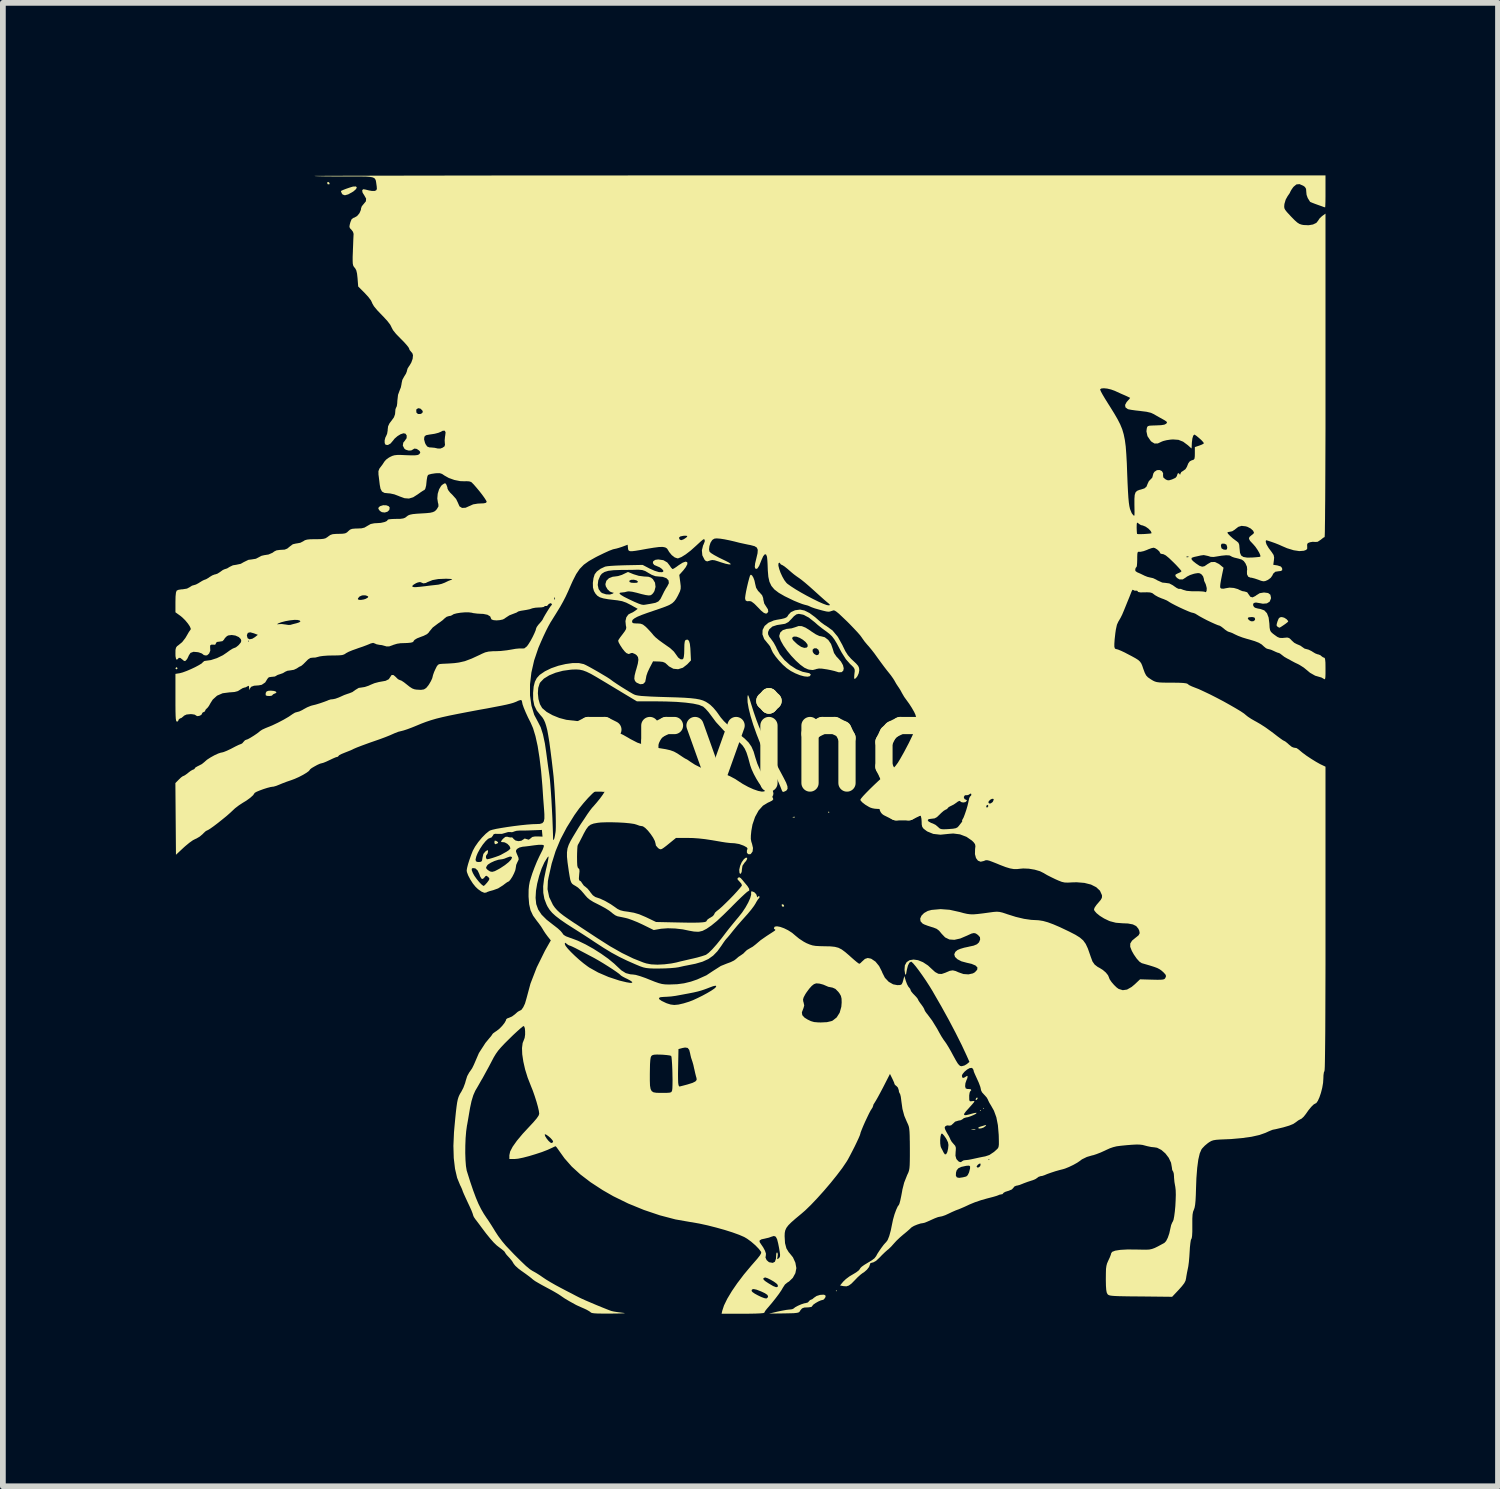
<source format=kicad_pcb>
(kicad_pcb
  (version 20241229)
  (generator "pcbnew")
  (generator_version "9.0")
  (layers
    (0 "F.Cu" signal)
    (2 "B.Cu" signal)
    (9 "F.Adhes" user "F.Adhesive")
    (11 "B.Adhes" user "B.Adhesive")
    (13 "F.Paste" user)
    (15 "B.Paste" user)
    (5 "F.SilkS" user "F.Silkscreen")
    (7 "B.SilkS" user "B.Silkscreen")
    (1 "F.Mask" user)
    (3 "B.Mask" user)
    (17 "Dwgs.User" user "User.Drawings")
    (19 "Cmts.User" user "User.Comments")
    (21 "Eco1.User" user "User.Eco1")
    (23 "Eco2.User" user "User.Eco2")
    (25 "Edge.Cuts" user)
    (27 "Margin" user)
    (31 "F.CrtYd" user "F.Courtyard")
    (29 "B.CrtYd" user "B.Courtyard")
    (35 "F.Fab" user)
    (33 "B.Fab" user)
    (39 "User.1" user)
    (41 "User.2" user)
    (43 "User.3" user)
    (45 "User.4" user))
  (footprint "crying"
    (layer "F.Cu")
    (at 10.001 9.889)
    (property "Reference" "crying" (at 0 0 0) (layer "F.SilkS") (effects (font (size 1.5 1.5) (thickness 0.3))))
    (attr board_only exclude_from_pos_files exclude_from_bom)
    (fp_poly (pts (xy 1.503 9.509) (xy 1.494 9.518) (xy 1.484 9.509) (xy 1.494 9.499)) (stroke (width 0) (type solid)) (fill yes) (layer "F.SilkS"))
    (fp_poly (pts (xy 4.008 6.373) (xy 3.998 6.382) (xy 3.989 6.373) (xy 3.998 6.364)) (stroke (width 0) (type solid)) (fill yes) (layer "F.SilkS"))
    (fp_poly (pts (xy 4.063 6.336) (xy 4.054 6.345) (xy 4.045 6.336) (xy 4.054 6.327)) (stroke (width 0) (type solid)) (fill yes) (layer "F.SilkS"))
    (fp_poly (pts (xy 0.774 1.269) (xy 0.769 1.277) (xy 0.75 1.279) (xy 0.73 1.274) (xy 0.739 1.268) (xy 0.768 1.265)) (stroke (width 0) (type solid)) (fill yes) (layer "F.SilkS"))
    (fp_poly (pts (xy 1.367 1.175) (xy 1.369 1.197) (xy 1.367 1.2) (xy 1.356 1.197) (xy 1.354 1.187) (xy 1.361 1.172)) (stroke (width 0) (type solid)) (fill yes) (layer "F.SilkS"))
    (fp_poly (pts (xy -7.327 -9.765) (xy -7.318 -9.741) (xy -7.326 -9.733) (xy -7.351 -9.735) (xy -7.357 -9.742) (xy -7.361 -9.768) (xy -7.343 -9.775)) (stroke (width 0) (type solid)) (fill yes) (layer "F.SilkS"))
    (fp_poly (pts (xy 0.577 2.796) (xy 0.586 2.819) (xy 0.578 2.828) (xy 0.553 2.826) (xy 0.547 2.819) (xy 0.542 2.793) (xy 0.56 2.786)) (stroke (width 0) (type solid)) (fill yes) (layer "F.SilkS"))
    (fp_poly (pts (xy -9.964 -1.322) (xy -9.963 -1.317) (xy -9.977 -1.299) (xy -9.982 -1.299) (xy -10 -1.313) (xy -10 -1.317) (xy -9.986 -1.335) (xy -9.982 -1.336)) (stroke (width 0) (type solid)) (fill yes) (layer "F.SilkS"))
    (fp_poly (pts (xy 3.91 6.704) (xy 3.916 6.709) (xy 3.89 6.712) (xy 3.878 6.712) (xy 3.844 6.71) (xy 3.84 6.705) (xy 3.845 6.704) (xy 3.892 6.701)) (stroke (width 0) (type solid)) (fill yes) (layer "F.SilkS"))
    (fp_poly (pts (xy 3.951 6.151) (xy 3.952 6.158) (xy 3.938 6.184) (xy 3.933 6.188) (xy 3.916 6.187) (xy 3.915 6.181) (xy 3.928 6.154) (xy 3.933 6.151)) (stroke (width 0) (type solid)) (fill yes) (layer "F.SilkS"))
    (fp_poly (pts (xy -4.428 1.682) (xy -4.413 1.69) (xy -4.388 1.708) (xy -4.394 1.724) (xy -4.399 1.727) (xy -4.435 1.743) (xy -4.451 1.728) (xy -4.453 1.706) (xy -4.448 1.681)) (stroke (width 0) (type solid)) (fill yes) (layer "F.SilkS"))
    (fp_poly (pts (xy 4.092 6.638) (xy 4.086 6.646) (xy 4.054 6.669) (xy 4.012 6.684) (xy 3.975 6.687) (xy 3.961 6.679) (xy 3.969 6.664) (xy 3.997 6.654) (xy 4.047 6.639) (xy 4.075 6.63) (xy 4.099 6.624)) (stroke (width 0) (type solid)) (fill yes) (layer "F.SilkS"))
    (fp_poly (pts (xy -6.335 -4.152) (xy -6.293 -4.137) (xy -6.274 -4.113) (xy -6.281 -4.07) (xy -6.313 -4.04) (xy -6.36 -4.026) (xy -6.41 -4.032) (xy -6.446 -4.055) (xy -6.472 -4.092) (xy -6.464 -4.119) (xy -6.437 -4.138) (xy -6.388 -4.153)) (stroke (width 0) (type solid)) (fill yes) (layer "F.SilkS"))
    (fp_poly (pts (xy -0.059 1.978) (xy -0.058 1.999) (xy -0.076 2.033) (xy -0.102 2.062) (xy -0.139 2.117) (xy -0.148 2.174) (xy -0.153 2.223) (xy -0.166 2.252) (xy -0.181 2.257) (xy -0.191 2.24) (xy -0.195 2.186) (xy -0.18 2.119) (xy -0.151 2.053) (xy -0.113 2.001) (xy -0.081 1.977)) (stroke (width 0) (type solid)) (fill yes) (layer "F.SilkS"))
    (fp_poly (pts (xy -6.846 -9.68) (xy -6.859 -9.651) (xy -6.9 -9.614) (xy -6.916 -9.603) (xy -6.995 -9.559) (xy -7.053 -9.543) (xy -7.092 -9.556) (xy -7.106 -9.574) (xy -7.12 -9.606) (xy -7.121 -9.618) (xy -7.088 -9.634) (xy -7.034 -9.655) (xy -6.973 -9.676) (xy -6.921 -9.692) (xy -6.907 -9.695) (xy -6.861 -9.696)) (stroke (width 0) (type solid)) (fill yes) (layer "F.SilkS"))
    (fp_poly (pts (xy -8.285 -0.923) (xy -8.252 -0.911) (xy -8.243 -0.895) (xy -8.265 -0.88) (xy -8.273 -0.878) (xy -8.304 -0.863) (xy -8.312 -0.851) (xy -8.328 -0.84) (xy -8.363 -0.835) (xy -8.402 -0.837) (xy -8.427 -0.845) (xy -8.428 -0.845) (xy -8.432 -0.87) (xy -8.428 -0.892) (xy -8.414 -0.915) (xy -8.381 -0.926) (xy -8.339 -0.928)) (stroke (width 0) (type solid)) (fill yes) (layer "F.SilkS"))
    (fp_poly (pts (xy 9.282 -2.197) (xy 9.323 -2.171) (xy 9.349 -2.141) (xy 9.351 -2.13) (xy 9.337 -2.116) (xy 9.304 -2.09) (xy 9.262 -2.061) (xy 9.224 -2.036) (xy 9.2 -2.023) (xy 9.198 -2.023) (xy 9.181 -2.031) (xy 9.167 -2.04) (xy 9.151 -2.056) (xy 9.151 -2.083) (xy 9.165 -2.132) (xy 9.185 -2.181) (xy 9.208 -2.203) (xy 9.24 -2.208)) (stroke (width 0) (type solid)) (fill yes) (layer "F.SilkS"))
    (fp_poly (pts (xy 0.029 -2.93) (xy 0.051 -2.893) (xy 0.07 -2.841) (xy 0.081 -2.788) (xy 0.098 -2.718) (xy 0.132 -2.663) (xy 0.158 -2.637) (xy 0.203 -2.586) (xy 0.221 -2.538) (xy 0.223 -2.514) (xy 0.24 -2.442) (xy 0.27 -2.395) (xy 0.304 -2.342) (xy 0.309 -2.299) (xy 0.287 -2.273) (xy 0.269 -2.268) (xy 0.234 -2.28) (xy 0.183 -2.322) (xy 0.131 -2.376) (xy 0.064 -2.443) (xy 0.015 -2.479) (xy -0.008 -2.485) (xy -0.06 -2.484) (xy -0.085 -2.498) (xy -0.093 -2.531) (xy -0.093 -2.543) (xy -0.088 -2.585) (xy -0.077 -2.65) (xy -0.06 -2.73) (xy -0.041 -2.811) (xy -0.022 -2.883) (xy -0.007 -2.931) (xy 0.008 -2.945)) (stroke (width 0) (type solid)) (fill yes) (layer "F.SilkS"))
    (fp_poly (pts (xy 1.29 9.581) (xy 1.309 9.597) (xy 1.3 9.627) (xy 1.299 9.629) (xy 1.276 9.659) (xy 1.261 9.666) (xy 1.225 9.675) (xy 1.177 9.696) (xy 1.129 9.724) (xy 1.091 9.751) (xy 1.076 9.771) (xy 1.061 9.789) (xy 1.015 9.796) (xy 0.997 9.797) (xy 0.935 9.8) (xy 0.897 9.815) (xy 0.869 9.847) (xy 0.861 9.861) (xy 0.85 9.876) (xy 0.832 9.887) (xy 0.801 9.893) (xy 0.751 9.898) (xy 0.675 9.9) (xy 0.582 9.902) (xy 0.325 9.905) (xy 0.473 9.87) (xy 0.551 9.854) (xy 0.623 9.841) (xy 0.674 9.835) (xy 0.681 9.835) (xy 0.725 9.829) (xy 0.75 9.817) (xy 0.75 9.817) (xy 0.777 9.795) (xy 0.825 9.769) (xy 0.882 9.744) (xy 0.934 9.727) (xy 0.962 9.722) (xy 0.999 9.711) (xy 1.014 9.694) (xy 1.036 9.67) (xy 1.047 9.666) (xy 1.076 9.654) (xy 1.104 9.63) (xy 1.149 9.599) (xy 1.211 9.58) (xy 1.27 9.576)) (stroke (width 0) (type solid)) (fill yes) (layer "F.SilkS"))
    (fp_poly (pts (xy -0.035 -0.838) (xy -0.02 -0.798) (xy 0.003 -0.726) (xy 0.006 -0.714) (xy 0.056 -0.556) (xy 0.101 -0.425) (xy 0.144 -0.313) (xy 0.188 -0.211) (xy 0.189 -0.208) (xy 0.215 -0.148) (xy 0.234 -0.1) (xy 0.241 -0.077) (xy 0.241 -0.077) (xy 0.249 -0.055) (xy 0.272 -0.007) (xy 0.306 0.063) (xy 0.348 0.147) (xy 0.396 0.242) (xy 0.447 0.34) (xy 0.497 0.437) (xy 0.544 0.525) (xy 0.577 0.587) (xy 0.621 0.674) (xy 0.643 0.736) (xy 0.645 0.779) (xy 0.626 0.808) (xy 0.613 0.816) (xy 0.575 0.833) (xy 0.555 0.826) (xy 0.544 0.802) (xy 0.523 0.748) (xy 0.495 0.681) (xy 0.467 0.618) (xy 0.445 0.571) (xy 0.441 0.566) (xy 0.425 0.534) (xy 0.396 0.478) (xy 0.36 0.406) (xy 0.333 0.352) (xy 0.25 0.177) (xy 0.174 0.001) (xy 0.106 -0.172) (xy 0.048 -0.336) (xy 0.002 -0.486) (xy -0.031 -0.618) (xy -0.05 -0.727) (xy -0.052 -0.807) (xy -0.049 -0.839) (xy -0.043 -0.851)) (stroke (width 0) (type solid)) (fill yes) (layer "F.SilkS"))
    (fp_poly (pts (xy 0.893 -2.05) (xy 0.958 -2.024) (xy 1.039 -1.973) (xy 1.059 -1.958) (xy 1.137 -1.907) (xy 1.199 -1.878) (xy 1.226 -1.874) (xy 1.292 -1.857) (xy 1.353 -1.81) (xy 1.401 -1.74) (xy 1.428 -1.663) (xy 1.453 -1.583) (xy 1.496 -1.52) (xy 1.515 -1.501) (xy 1.573 -1.435) (xy 1.609 -1.371) (xy 1.622 -1.316) (xy 1.613 -1.274) (xy 1.583 -1.249) (xy 1.532 -1.248) (xy 1.494 -1.26) (xy 1.457 -1.271) (xy 1.397 -1.285) (xy 1.326 -1.299) (xy 1.323 -1.299) (xy 1.244 -1.311) (xy 1.19 -1.313) (xy 1.148 -1.305) (xy 1.135 -1.3) (xy 1.084 -1.287) (xy 1.025 -1.293) (xy 1 -1.299) (xy 0.938 -1.327) (xy 0.866 -1.38) (xy 0.787 -1.452) (xy 0.709 -1.535) (xy 0.636 -1.624) (xy 0.626 -1.639) (xy 1.08 -1.639) (xy 1.083 -1.601) (xy 1.106 -1.568) (xy 1.146 -1.545) (xy 1.179 -1.551) (xy 1.196 -1.585) (xy 1.197 -1.594) (xy 1.182 -1.639) (xy 1.147 -1.665) (xy 1.106 -1.664) (xy 1.08 -1.639) (xy 0.626 -1.639) (xy 0.574 -1.713) (xy 0.528 -1.794) (xy 0.515 -1.83) (xy 0.726 -1.83) (xy 0.749 -1.797) (xy 0.8 -1.749) (xy 0.822 -1.73) (xy 0.881 -1.69) (xy 0.935 -1.672) (xy 0.977 -1.677) (xy 0.996 -1.699) (xy 0.991 -1.733) (xy 0.96 -1.773) (xy 0.912 -1.813) (xy 0.856 -1.846) (xy 0.802 -1.867) (xy 0.757 -1.869) (xy 0.752 -1.868) (xy 0.728 -1.852) (xy 0.726 -1.83) (xy 0.515 -1.83) (xy 0.503 -1.861) (xy 0.501 -1.883) (xy 0.518 -1.939) (xy 0.563 -1.981) (xy 0.628 -2.002) (xy 0.651 -2.004) (xy 0.716 -2.012) (xy 0.777 -2.031) (xy 0.783 -2.033) (xy 0.837 -2.052)) (stroke (width 0) (type solid)) (fill yes) (layer "F.SilkS"))
    (fp_poly (pts (xy 0.939 -2.322) (xy 1.027 -2.278) (xy 1.123 -2.207) (xy 1.164 -2.171) (xy 1.223 -2.119) (xy 1.284 -2.074) (xy 1.323 -2.05) (xy 1.427 -1.975) (xy 1.519 -1.864) (xy 1.6 -1.719) (xy 1.605 -1.707) (xy 1.65 -1.615) (xy 1.694 -1.546) (xy 1.748 -1.484) (xy 1.784 -1.45) (xy 1.84 -1.397) (xy 1.873 -1.358) (xy 1.888 -1.324) (xy 1.892 -1.287) (xy 1.892 -1.282) (xy 1.883 -1.231) (xy 1.86 -1.18) (xy 1.831 -1.143) (xy 1.807 -1.132) (xy 1.803 -1.148) (xy 1.805 -1.19) (xy 1.808 -1.221) (xy 1.814 -1.27) (xy 1.81 -1.304) (xy 1.791 -1.335) (xy 1.752 -1.374) (xy 1.733 -1.391) (xy 1.66 -1.474) (xy 1.587 -1.589) (xy 1.554 -1.65) (xy 1.502 -1.748) (xy 1.459 -1.819) (xy 1.418 -1.873) (xy 1.372 -1.917) (xy 1.316 -1.96) (xy 1.299 -1.972) (xy 1.239 -2.016) (xy 1.169 -2.072) (xy 1.12 -2.116) (xy 1.013 -2.2) (xy 0.919 -2.249) (xy 0.841 -2.264) (xy 0.8 -2.255) (xy 0.758 -2.225) (xy 0.718 -2.181) (xy 0.659 -2.121) (xy 0.604 -2.092) (xy 0.589 -2.089) (xy 0.527 -2.079) (xy 0.461 -2.069) (xy 0.461 -2.069) (xy 0.381 -2.043) (xy 0.327 -1.995) (xy 0.306 -1.948) (xy 0.306 -1.91) (xy 0.327 -1.866) (xy 0.358 -1.827) (xy 0.404 -1.762) (xy 0.445 -1.687) (xy 0.455 -1.662) (xy 0.51 -1.559) (xy 0.591 -1.46) (xy 0.689 -1.372) (xy 0.797 -1.302) (xy 0.907 -1.256) (xy 0.965 -1.244) (xy 1.023 -1.232) (xy 1.047 -1.212) (xy 1.048 -1.206) (xy 1.033 -1.18) (xy 0.993 -1.171) (xy 0.933 -1.177) (xy 0.86 -1.197) (xy 0.781 -1.229) (xy 0.702 -1.27) (xy 0.631 -1.319) (xy 0.564 -1.378) (xy 0.497 -1.449) (xy 0.437 -1.522) (xy 0.39 -1.59) (xy 0.364 -1.644) (xy 0.361 -1.653) (xy 0.34 -1.7) (xy 0.304 -1.746) (xy 0.303 -1.746) (xy 0.238 -1.826) (xy 0.208 -1.907) (xy 0.211 -1.984) (xy 0.246 -2.053) (xy 0.312 -2.109) (xy 0.406 -2.149) (xy 0.455 -2.16) (xy 0.537 -2.174) (xy 0.59 -2.187) (xy 0.623 -2.201) (xy 0.644 -2.22) (xy 0.658 -2.245) (xy 0.704 -2.294) (xy 0.775 -2.326) (xy 0.863 -2.338)) (stroke (width 0) (type solid)) (fill yes) (layer "F.SilkS"))
    (fp_poly (pts (xy -1.514 -3.197) (xy -1.447 -3.158) (xy -1.408 -3.108) (xy -1.38 -3.067) (xy -1.357 -3.044) (xy -1.353 -3.043) (xy -1.33 -3.053) (xy -1.289 -3.08) (xy -1.251 -3.108) (xy -1.179 -3.154) (xy -1.128 -3.172) (xy -1.1 -3.163) (xy -1.097 -3.13) (xy -1.124 -3.077) (xy -1.166 -3.022) (xy -1.238 -2.941) (xy -1.221 -2.815) (xy -1.213 -2.747) (xy -1.214 -2.699) (xy -1.226 -2.655) (xy -1.252 -2.601) (xy -1.265 -2.575) (xy -1.295 -2.522) (xy -1.325 -2.482) (xy -1.36 -2.449) (xy -1.408 -2.42) (xy -1.475 -2.391) (xy -1.566 -2.358) (xy -1.651 -2.329) (xy -1.789 -2.282) (xy -1.894 -2.244) (xy -1.97 -2.212) (xy -2.02 -2.184) (xy -2.049 -2.16) (xy -2.059 -2.138) (xy -2.059 -2.135) (xy -2.055 -2.112) (xy -2.034 -2.1) (xy -1.989 -2.097) (xy -1.97 -2.097) (xy -1.913 -2.093) (xy -1.871 -2.078) (xy -1.827 -2.044) (xy -1.807 -2.025) (xy -1.755 -1.971) (xy -1.706 -1.916) (xy -1.688 -1.893) (xy -1.652 -1.856) (xy -1.594 -1.808) (xy -1.524 -1.757) (xy -1.491 -1.734) (xy -1.396 -1.667) (xy -1.332 -1.608) (xy -1.297 -1.56) (xy -1.257 -1.504) (xy -1.217 -1.474) (xy -1.183 -1.472) (xy -1.167 -1.487) (xy -1.159 -1.517) (xy -1.153 -1.572) (xy -1.151 -1.643) (xy -1.151 -1.656) (xy -1.149 -1.733) (xy -1.143 -1.781) (xy -1.132 -1.805) (xy -1.121 -1.812) (xy -1.091 -1.815) (xy -1.069 -1.793) (xy -1.054 -1.743) (xy -1.045 -1.662) (xy -1.043 -1.618) (xy -1.035 -1.454) (xy -1.098 -1.387) (xy -1.175 -1.327) (xy -1.258 -1.301) (xy -1.341 -1.309) (xy -1.418 -1.351) (xy -1.444 -1.376) (xy -1.483 -1.411) (xy -1.524 -1.428) (xy -1.583 -1.435) (xy -1.596 -1.435) (xy -1.694 -1.438) (xy -1.756 -1.319) (xy -1.788 -1.251) (xy -1.81 -1.187) (xy -1.818 -1.142) (xy -1.831 -1.08) (xy -1.867 -1.045) (xy -1.918 -1.04) (xy -1.979 -1.067) (xy -1.981 -1.068) (xy -2.008 -1.096) (xy -2.02 -1.134) (xy -2.015 -1.19) (xy -1.995 -1.271) (xy -1.985 -1.302) (xy -1.959 -1.397) (xy -1.949 -1.465) (xy -1.956 -1.512) (xy -1.981 -1.546) (xy -2.006 -1.564) (xy -2.052 -1.584) (xy -2.081 -1.581) (xy -2.089 -1.575) (xy -2.118 -1.565) (xy -2.156 -1.581) (xy -2.159 -1.583) (xy -2.19 -1.613) (xy -2.228 -1.661) (xy -2.264 -1.716) (xy -2.291 -1.765) (xy -2.301 -1.796) (xy -2.29 -1.819) (xy -2.262 -1.86) (xy -2.225 -1.908) (xy -2.185 -1.962) (xy -2.164 -1.999) (xy -2.16 -2.03) (xy -2.167 -2.063) (xy -2.174 -2.137) (xy -2.159 -2.203) (xy -2.124 -2.252) (xy -2.09 -2.271) (xy -2.046 -2.291) (xy -2.006 -2.317) (xy -1.961 -2.351) (xy -2.084 -2.42) (xy -2.161 -2.459) (xy -2.232 -2.484) (xy -2.314 -2.499) (xy -2.36 -2.504) (xy -2.475 -2.518) (xy -2.559 -2.533) (xy -2.62 -2.552) (xy -2.663 -2.579) (xy -2.696 -2.616) (xy -2.722 -2.661) (xy -2.739 -2.722) (xy -2.74 -2.766) (xy -2.656 -2.766) (xy -2.641 -2.695) (xy -2.602 -2.641) (xy -2.579 -2.625) (xy -2.511 -2.603) (xy -2.442 -2.6) (xy -2.393 -2.616) (xy -2.377 -2.63) (xy -2.395 -2.634) (xy -2.399 -2.634) (xy -2.444 -2.651) (xy -2.486 -2.691) (xy -2.516 -2.743) (xy -2.523 -2.781) (xy -2.512 -2.818) (xy -2.105 -2.818) (xy -2.072 -2.805) (xy -2.02 -2.802) (xy -1.974 -2.805) (xy -1.958 -2.817) (xy -1.96 -2.829) (xy -1.984 -2.847) (xy -2.027 -2.857) (xy -2.072 -2.856) (xy -2.102 -2.844) (xy -2.104 -2.841) (xy -2.105 -2.818) (xy -2.512 -2.818) (xy -2.506 -2.839) (xy -2.461 -2.884) (xy -2.396 -2.909) (xy -2.36 -2.913) (xy -2.302 -2.921) (xy -2.235 -2.942) (xy -2.212 -2.953) (xy -2.13 -2.992) (xy -2.034 -2.953) (xy -1.942 -2.925) (xy -1.848 -2.913) (xy -1.84 -2.913) (xy -1.775 -2.909) (xy -1.731 -2.894) (xy -1.697 -2.867) (xy -1.66 -2.806) (xy -1.651 -2.733) (xy -1.67 -2.66) (xy -1.691 -2.626) (xy -1.713 -2.602) (xy -1.738 -2.587) (xy -1.772 -2.584) (xy -1.822 -2.591) (xy -1.896 -2.608) (xy -1.976 -2.63) (xy -2.055 -2.648) (xy -2.115 -2.655) (xy -2.143 -2.652) (xy -2.191 -2.64) (xy -2.231 -2.636) (xy -2.27 -2.631) (xy -2.278 -2.617) (xy -2.254 -2.594) (xy -2.198 -2.56) (xy -2.11 -2.516) (xy -2.016 -2.472) (xy -1.948 -2.443) (xy -1.899 -2.426) (xy -1.864 -2.42) (xy -1.837 -2.422) (xy -1.802 -2.428) (xy -1.748 -2.437) (xy -1.725 -2.441) (xy -1.651 -2.456) (xy -1.601 -2.48) (xy -1.565 -2.522) (xy -1.531 -2.59) (xy -1.499 -2.655) (xy -1.466 -2.713) (xy -1.447 -2.741) (xy -1.419 -2.797) (xy -1.425 -2.846) (xy -1.462 -2.884) (xy -1.526 -2.907) (xy -1.585 -2.912) (xy -1.654 -2.919) (xy -1.718 -2.943) (xy -1.77 -2.973) (xy -1.831 -3.009) (xy -1.883 -3.026) (xy -1.944 -3.031) (xy -1.976 -3.031) (xy -2.048 -3.029) (xy -2.14 -3.028) (xy -2.235 -3.027) (xy -2.258 -3.027) (xy -2.38 -3.023) (xy -2.472 -3.012) (xy -2.538 -2.992) (xy -2.585 -2.962) (xy -2.613 -2.926) (xy -2.647 -2.846) (xy -2.656 -2.766) (xy -2.74 -2.766) (xy -2.741 -2.802) (xy -2.73 -2.885) (xy -2.709 -2.952) (xy -2.671 -3.001) (xy -2.607 -3.048) (xy -2.528 -3.085) (xy -2.523 -3.086) (xy -2.489 -3.092) (xy -2.426 -3.098) (xy -2.34 -3.103) (xy -2.24 -3.107) (xy -2.176 -3.109) (xy -1.875 -3.115) (xy -1.753 -3.051) (xy -1.665 -3.012) (xy -1.592 -2.99) (xy -1.538 -2.988) (xy -1.516 -2.998) (xy -1.517 -3.019) (xy -1.542 -3.047) (xy -1.58 -3.074) (xy -1.618 -3.09) (xy -1.674 -3.114) (xy -1.698 -3.147) (xy -1.691 -3.18) (xy -1.654 -3.203) (xy -1.604 -3.21)) (stroke (width 0) (type solid)) (fill yes) (layer "F.SilkS"))
    (fp_poly (pts (xy 10 -9.611) (xy 10 -9.514) (xy 9.999 -9.432) (xy 9.997 -9.371) (xy 9.995 -9.337) (xy 9.994 -9.333) (xy 9.973 -9.338) (xy 9.93 -9.354) (xy 9.873 -9.374) (xy 9.815 -9.395) (xy 9.766 -9.414) (xy 9.736 -9.427) (xy 9.732 -9.429) (xy 9.691 -9.495) (xy 9.671 -9.551) (xy 9.666 -9.602) (xy 9.662 -9.655) (xy 9.642 -9.688) (xy 9.613 -9.709) (xy 9.548 -9.737) (xy 9.495 -9.732) (xy 9.447 -9.693) (xy 9.435 -9.679) (xy 9.406 -9.637) (xy 9.39 -9.608) (xy 9.388 -9.603) (xy 9.378 -9.581) (xy 9.352 -9.543) (xy 9.342 -9.529) (xy 9.308 -9.468) (xy 9.287 -9.397) (xy 9.285 -9.386) (xy 9.282 -9.348) (xy 9.285 -9.318) (xy 9.3 -9.288) (xy 9.33 -9.25) (xy 9.38 -9.196) (xy 9.402 -9.172) (xy 9.464 -9.109) (xy 9.509 -9.069) (xy 9.547 -9.045) (xy 9.586 -9.032) (xy 9.618 -9.026) (xy 9.706 -9.022) (xy 9.783 -9.035) (xy 9.841 -9.063) (xy 9.87 -9.099) (xy 9.896 -9.139) (xy 9.938 -9.179) (xy 9.943 -9.183) (xy 10 -9.224) (xy 10 -6.412) (xy 10 -6.092) (xy 10 -5.782) (xy 10 -5.485) (xy 9.999 -5.202) (xy 9.998 -4.935) (xy 9.997 -4.686) (xy 9.996 -4.458) (xy 9.995 -4.253) (xy 9.993 -4.071) (xy 9.992 -3.916) (xy 9.99 -3.79) (xy 9.989 -3.694) (xy 9.987 -3.63) (xy 9.985 -3.601) (xy 9.985 -3.599) (xy 9.962 -3.588) (xy 9.926 -3.559) (xy 9.917 -3.552) (xy 9.864 -3.517) (xy 9.825 -3.514) (xy 9.778 -3.517) (xy 9.731 -3.509) (xy 9.692 -3.494) (xy 9.68 -3.466) (xy 9.682 -3.437) (xy 9.682 -3.397) (xy 9.664 -3.376) (xy 9.623 -3.361) (xy 9.545 -3.355) (xy 9.446 -3.37) (xy 9.332 -3.405) (xy 9.248 -3.441) (xy 9.19 -3.467) (xy 9.122 -3.494) (xy 9.054 -3.518) (xy 8.999 -3.536) (xy 8.966 -3.544) (xy 8.966 -3.544) (xy 8.962 -3.529) (xy 8.961 -3.515) (xy 8.974 -3.472) (xy 9.011 -3.409) (xy 9.069 -3.332) (xy 9.069 -3.331) (xy 9.098 -3.287) (xy 9.107 -3.242) (xy 9.103 -3.197) (xy 9.092 -3.117) (xy 9.164 -3.106) (xy 9.223 -3.087) (xy 9.245 -3.06) (xy 9.248 -3.025) (xy 9.225 -3.009) (xy 9.186 -3.005) (xy 9.128 -2.996) (xy 9.091 -2.963) (xy 9.075 -2.929) (xy 9.047 -2.89) (xy 9 -2.855) (xy 8.992 -2.851) (xy 8.952 -2.834) (xy 8.919 -2.83) (xy 8.879 -2.839) (xy 8.832 -2.857) (xy 8.77 -2.878) (xy 8.716 -2.892) (xy 8.694 -2.894) (xy 8.656 -2.91) (xy 8.635 -2.952) (xy 8.634 -3.012) (xy 8.638 -3.03) (xy 8.634 -3.083) (xy 8.609 -3.141) (xy 8.579 -3.182) (xy 8.544 -3.207) (xy 8.489 -3.224) (xy 8.469 -3.229) (xy 8.411 -3.243) (xy 8.37 -3.258) (xy 8.358 -3.267) (xy 8.329 -3.28) (xy 8.272 -3.283) (xy 8.191 -3.275) (xy 8.124 -3.264) (xy 8.054 -3.253) (xy 8.002 -3.256) (xy 7.959 -3.27) (xy 7.883 -3.286) (xy 7.83 -3.279) (xy 7.769 -3.265) (xy 7.714 -3.253) (xy 7.714 -3.253) (xy 7.675 -3.239) (xy 7.668 -3.217) (xy 7.693 -3.184) (xy 7.748 -3.14) (xy 7.809 -3.099) (xy 7.855 -3.084) (xy 7.895 -3.092) (xy 7.941 -3.123) (xy 7.944 -3.126) (xy 8.01 -3.164) (xy 8.077 -3.166) (xy 8.146 -3.132) (xy 8.163 -3.119) (xy 8.227 -3.066) (xy 8.202 -2.948) (xy 8.183 -2.852) (xy 8.172 -2.786) (xy 8.168 -2.744) (xy 8.17 -2.72) (xy 8.18 -2.708) (xy 8.19 -2.703) (xy 8.228 -2.701) (xy 8.27 -2.71) (xy 8.332 -2.72) (xy 8.407 -2.714) (xy 8.477 -2.694) (xy 8.506 -2.679) (xy 8.554 -2.659) (xy 8.592 -2.653) (xy 8.638 -2.639) (xy 8.661 -2.606) (xy 8.693 -2.561) (xy 8.731 -2.55) (xy 8.781 -2.574) (xy 8.796 -2.586) (xy 8.856 -2.623) (xy 8.928 -2.635) (xy 8.933 -2.635) (xy 9.002 -2.626) (xy 9.041 -2.597) (xy 9.052 -2.546) (xy 9.051 -2.529) (xy 9.029 -2.476) (xy 8.981 -2.446) (xy 8.912 -2.44) (xy 8.857 -2.45) (xy 8.79 -2.461) (xy 8.751 -2.452) (xy 8.74 -2.422) (xy 8.745 -2.404) (xy 8.758 -2.382) (xy 8.781 -2.368) (xy 8.825 -2.356) (xy 8.87 -2.348) (xy 8.936 -2.324) (xy 8.982 -2.275) (xy 9.011 -2.199) (xy 9.024 -2.095) (xy 9.028 -2.025) (xy 9.036 -1.981) (xy 9.052 -1.95) (xy 9.083 -1.921) (xy 9.112 -1.899) (xy 9.164 -1.862) (xy 9.204 -1.846) (xy 9.249 -1.844) (xy 9.279 -1.847) (xy 9.334 -1.852) (xy 9.368 -1.843) (xy 9.399 -1.816) (xy 9.411 -1.802) (xy 9.456 -1.761) (xy 9.505 -1.735) (xy 9.512 -1.733) (xy 9.563 -1.711) (xy 9.598 -1.686) (xy 9.637 -1.659) (xy 9.668 -1.651) (xy 9.706 -1.641) (xy 9.757 -1.616) (xy 9.774 -1.605) (xy 9.822 -1.576) (xy 9.863 -1.56) (xy 9.873 -1.559) (xy 9.91 -1.545) (xy 9.926 -1.531) (xy 9.958 -1.507) (xy 9.975 -1.503) (xy 9.987 -1.495) (xy 9.994 -1.468) (xy 9.999 -1.416) (xy 10 -1.334) (xy 10 -1.306) (xy 10 -1.219) (xy 9.998 -1.163) (xy 9.993 -1.134) (xy 9.985 -1.125) (xy 9.973 -1.132) (xy 9.971 -1.133) (xy 9.931 -1.156) (xy 9.911 -1.162) (xy 9.821 -1.188) (xy 9.731 -1.239) (xy 9.681 -1.281) (xy 9.621 -1.33) (xy 9.55 -1.375) (xy 9.524 -1.389) (xy 9.467 -1.416) (xy 9.422 -1.44) (xy 9.407 -1.448) (xy 9.369 -1.47) (xy 9.333 -1.488) (xy 9.283 -1.517) (xy 9.243 -1.548) (xy 9.209 -1.574) (xy 9.187 -1.584) (xy 9.187 -1.584) (xy 9.164 -1.59) (xy 9.122 -1.608) (xy 9.106 -1.616) (xy 9.054 -1.639) (xy 9.01 -1.651) (xy 9.003 -1.651) (xy 8.967 -1.665) (xy 8.929 -1.696) (xy 8.928 -1.697) (xy 8.891 -1.731) (xy 8.841 -1.761) (xy 8.77 -1.789) (xy 8.671 -1.819) (xy 8.637 -1.828) (xy 8.558 -1.852) (xy 8.481 -1.881) (xy 8.429 -1.905) (xy 8.377 -1.931) (xy 8.336 -1.946) (xy 8.325 -1.948) (xy 8.296 -1.96) (xy 8.253 -1.989) (xy 8.236 -2.004) (xy 8.194 -2.037) (xy 8.162 -2.057) (xy 8.154 -2.059) (xy 8.126 -2.068) (xy 8.073 -2.09) (xy 8.007 -2.12) (xy 7.934 -2.155) (xy 7.873 -2.187) (xy 8.648 -2.187) (xy 8.666 -2.158) (xy 8.668 -2.156) (xy 8.705 -2.135) (xy 8.744 -2.135) (xy 8.771 -2.154) (xy 8.776 -2.171) (xy 8.769 -2.196) (xy 8.74 -2.207) (xy 8.711 -2.208) (xy 8.662 -2.203) (xy 8.648 -2.187) (xy 7.873 -2.187) (xy 7.866 -2.191) (xy 7.809 -2.222) (xy 7.78 -2.24) (xy 7.734 -2.268) (xy 7.695 -2.282) (xy 7.689 -2.282) (xy 7.66 -2.29) (xy 7.607 -2.311) (xy 7.538 -2.341) (xy 7.462 -2.376) (xy 7.389 -2.412) (xy 7.326 -2.445) (xy 7.283 -2.47) (xy 7.273 -2.477) (xy 7.24 -2.497) (xy 7.186 -2.52) (xy 7.152 -2.532) (xy 7.09 -2.558) (xy 7.035 -2.589) (xy 7.017 -2.603) (xy 6.987 -2.625) (xy 6.95 -2.636) (xy 6.896 -2.639) (xy 6.855 -2.638) (xy 6.782 -2.637) (xy 6.743 -2.644) (xy 6.735 -2.654) (xy 6.722 -2.668) (xy 6.709 -2.666) (xy 6.675 -2.668) (xy 6.664 -2.676) (xy 6.644 -2.683) (xy 6.631 -2.661) (xy 6.615 -2.621) (xy 6.59 -2.557) (xy 6.558 -2.479) (xy 6.525 -2.397) (xy 6.494 -2.321) (xy 6.469 -2.262) (xy 6.466 -2.254) (xy 6.436 -2.194) (xy 6.404 -2.139) (xy 6.398 -2.13) (xy 6.373 -2.075) (xy 6.354 -1.988) (xy 6.345 -1.926) (xy 6.333 -1.818) (xy 6.328 -1.742) (xy 6.328 -1.693) (xy 6.336 -1.665) (xy 6.35 -1.653) (xy 6.361 -1.651) (xy 6.392 -1.643) (xy 6.446 -1.621) (xy 6.512 -1.59) (xy 6.532 -1.579) (xy 6.628 -1.529) (xy 6.697 -1.491) (xy 6.744 -1.461) (xy 6.775 -1.432) (xy 6.797 -1.4) (xy 6.814 -1.36) (xy 6.831 -1.309) (xy 6.857 -1.239) (xy 6.881 -1.193) (xy 6.912 -1.16) (xy 6.959 -1.128) (xy 6.965 -1.124) (xy 7.001 -1.102) (xy 7.033 -1.087) (xy 7.068 -1.077) (xy 7.114 -1.071) (xy 7.178 -1.068) (xy 7.268 -1.067) (xy 7.323 -1.067) (xy 7.441 -1.066) (xy 7.525 -1.062) (xy 7.578 -1.055) (xy 7.603 -1.046) (xy 7.604 -1.044) (xy 7.628 -1.025) (xy 7.676 -1.002) (xy 7.719 -0.985) (xy 7.794 -0.956) (xy 7.887 -0.913) (xy 7.994 -0.862) (xy 8.108 -0.804) (xy 8.224 -0.743) (xy 8.335 -0.681) (xy 8.436 -0.623) (xy 8.521 -0.572) (xy 8.584 -0.53) (xy 8.617 -0.502) (xy 8.651 -0.475) (xy 8.707 -0.438) (xy 8.775 -0.399) (xy 8.794 -0.389) (xy 8.87 -0.345) (xy 8.961 -0.286) (xy 9.051 -0.221) (xy 9.098 -0.186) (xy 9.165 -0.134) (xy 9.222 -0.092) (xy 9.262 -0.064) (xy 9.279 -0.056) (xy 9.301 -0.044) (xy 9.339 -0.014) (xy 9.364 0.009) (xy 9.415 0.05) (xy 9.454 0.065) (xy 9.464 0.065) (xy 9.498 0.071) (xy 9.542 0.102) (xy 9.548 0.108) (xy 9.597 0.149) (xy 9.668 0.202) (xy 9.751 0.257) (xy 9.835 0.309) (xy 9.908 0.35) (xy 9.931 0.361) (xy 10 0.394) (xy 10 3.035) (xy 10 3.451) (xy 10 3.832) (xy 9.999 4.179) (xy 9.998 4.49) (xy 9.997 4.766) (xy 9.996 5.006) (xy 9.994 5.21) (xy 9.992 5.378) (xy 9.99 5.51) (xy 9.988 5.606) (xy 9.985 5.665) (xy 9.982 5.687) (xy 9.982 5.687) (xy 9.972 5.71) (xy 9.965 5.759) (xy 9.963 5.815) (xy 9.958 5.893) (xy 9.943 5.98) (xy 9.921 6.066) (xy 9.895 6.143) (xy 9.867 6.205) (xy 9.84 6.244) (xy 9.823 6.252) (xy 9.795 6.268) (xy 9.753 6.309) (xy 9.703 6.37) (xy 9.659 6.433) (xy 9.621 6.481) (xy 9.584 6.515) (xy 9.568 6.523) (xy 9.527 6.545) (xy 9.486 6.576) (xy 9.44 6.607) (xy 9.369 6.636) (xy 9.268 6.666) (xy 9.134 6.698) (xy 9.082 6.708) (xy 9.056 6.718) (xy 9.008 6.738) (xy 8.956 6.762) (xy 8.851 6.799) (xy 8.713 6.83) (xy 8.547 6.853) (xy 8.357 6.87) (xy 8.261 6.874) (xy 8.165 6.878) (xy 8.098 6.883) (xy 8.05 6.891) (xy 8.015 6.903) (xy 7.983 6.921) (xy 7.955 6.94) (xy 7.902 6.984) (xy 7.858 7.03) (xy 7.844 7.048) (xy 7.813 7.12) (xy 7.788 7.227) (xy 7.769 7.371) (xy 7.755 7.549) (xy 7.749 7.709) (xy 7.745 7.84) (xy 7.74 7.939) (xy 7.733 8.011) (xy 7.724 8.061) (xy 7.713 8.094) (xy 7.711 8.099) (xy 7.697 8.134) (xy 7.688 8.184) (xy 7.684 8.255) (xy 7.684 8.354) (xy 7.684 8.374) (xy 7.684 8.478) (xy 7.68 8.554) (xy 7.673 8.597) (xy 7.667 8.606) (xy 7.658 8.629) (xy 7.65 8.681) (xy 7.642 8.755) (xy 7.638 8.822) (xy 7.632 8.917) (xy 7.624 9.009) (xy 7.614 9.084) (xy 7.607 9.119) (xy 7.592 9.192) (xy 7.579 9.265) (xy 7.576 9.288) (xy 7.566 9.333) (xy 7.544 9.376) (xy 7.504 9.428) (xy 7.45 9.489) (xy 7.333 9.613) (xy 6.784 9.607) (xy 6.627 9.606) (xy 6.503 9.604) (xy 6.407 9.602) (xy 6.336 9.599) (xy 6.286 9.595) (xy 6.252 9.59) (xy 6.231 9.583) (xy 6.217 9.575) (xy 6.208 9.564) (xy 6.195 9.537) (xy 6.187 9.492) (xy 6.182 9.422) (xy 6.18 9.322) (xy 6.18 9.298) (xy 6.181 9.199) (xy 6.183 9.128) (xy 6.19 9.076) (xy 6.201 9.034) (xy 6.218 8.994) (xy 6.225 8.979) (xy 6.251 8.923) (xy 6.268 8.878) (xy 6.271 8.861) (xy 6.289 8.832) (xy 6.342 8.811) (xy 6.43 8.797) (xy 6.554 8.79) (xy 6.701 8.791) (xy 6.804 8.793) (xy 6.88 8.794) (xy 6.936 8.791) (xy 6.983 8.781) (xy 7.03 8.764) (xy 7.085 8.737) (xy 7.159 8.697) (xy 7.198 8.676) (xy 7.228 8.644) (xy 7.258 8.585) (xy 7.284 8.509) (xy 7.302 8.427) (xy 7.303 8.423) (xy 7.316 8.365) (xy 7.336 8.318) (xy 7.343 8.308) (xy 7.357 8.275) (xy 7.369 8.212) (xy 7.38 8.129) (xy 7.389 8.034) (xy 7.394 7.936) (xy 7.397 7.841) (xy 7.395 7.76) (xy 7.388 7.699) (xy 7.386 7.69) (xy 7.373 7.616) (xy 7.366 7.538) (xy 7.366 7.526) (xy 7.362 7.473) (xy 7.352 7.437) (xy 7.347 7.431) (xy 7.334 7.406) (xy 7.329 7.366) (xy 7.314 7.281) (xy 7.274 7.196) (xy 7.216 7.12) (xy 7.146 7.059) (xy 7.071 7.021) (xy 7.021 7.013) (xy 6.97 7.008) (xy 6.903 6.994) (xy 6.868 6.985) (xy 6.819 6.972) (xy 6.77 6.966) (xy 6.71 6.965) (xy 6.631 6.969) (xy 6.544 6.976) (xy 6.443 6.986) (xy 6.367 6.996) (xy 6.307 7.011) (xy 6.249 7.031) (xy 6.183 7.061) (xy 6.169 7.068) (xy 6.092 7.103) (xy 6.017 7.132) (xy 5.959 7.151) (xy 5.946 7.153) (xy 5.85 7.181) (xy 5.764 7.223) (xy 5.73 7.249) (xy 5.683 7.281) (xy 5.615 7.319) (xy 5.54 7.355) (xy 5.471 7.383) (xy 5.435 7.394) (xy 5.375 7.409) (xy 5.301 7.43) (xy 5.225 7.455) (xy 5.16 7.478) (xy 5.118 7.496) (xy 5.116 7.497) (xy 5.071 7.512) (xy 5.049 7.514) (xy 5.008 7.528) (xy 4.991 7.542) (xy 4.959 7.564) (xy 4.908 7.586) (xy 4.891 7.591) (xy 4.823 7.613) (xy 4.75 7.64) (xy 4.736 7.646) (xy 4.68 7.668) (xy 4.633 7.68) (xy 4.621 7.681) (xy 4.587 7.697) (xy 4.574 7.716) (xy 4.546 7.746) (xy 4.486 7.771) (xy 4.48 7.772) (xy 4.431 7.788) (xy 4.401 7.805) (xy 4.397 7.811) (xy 4.382 7.828) (xy 4.369 7.83) (xy 4.329 7.838) (xy 4.309 7.847) (xy 4.277 7.859) (xy 4.219 7.876) (xy 4.146 7.895) (xy 4.111 7.904) (xy 4.012 7.932) (xy 3.903 7.969) (xy 3.806 8.009) (xy 3.796 8.014) (xy 3.723 8.048) (xy 3.658 8.076) (xy 3.612 8.095) (xy 3.602 8.098) (xy 3.563 8.113) (xy 3.504 8.139) (xy 3.45 8.165) (xy 3.387 8.194) (xy 3.331 8.213) (xy 3.299 8.219) (xy 3.261 8.227) (xy 3.203 8.249) (xy 3.145 8.275) (xy 3.083 8.303) (xy 3.032 8.324) (xy 3.003 8.331) (xy 2.959 8.338) (xy 2.9 8.357) (xy 2.844 8.38) (xy 2.803 8.404) (xy 2.794 8.412) (xy 2.77 8.435) (xy 2.726 8.474) (xy 2.671 8.52) (xy 2.663 8.526) (xy 2.599 8.581) (xy 2.539 8.638) (xy 2.496 8.685) (xy 2.448 8.739) (xy 2.398 8.787) (xy 2.383 8.798) (xy 2.34 8.836) (xy 2.286 8.888) (xy 2.247 8.929) (xy 2.184 8.988) (xy 2.135 9.015) (xy 2.122 9.017) (xy 2.086 9.027) (xy 2.078 9.051) (xy 2.063 9.093) (xy 2.026 9.141) (xy 1.976 9.185) (xy 1.947 9.203) (xy 1.913 9.229) (xy 1.864 9.273) (xy 1.815 9.324) (xy 1.757 9.383) (xy 1.711 9.417) (xy 1.669 9.431) (xy 1.622 9.428) (xy 1.609 9.426) (xy 1.558 9.416) (xy 1.612 9.35) (xy 1.659 9.305) (xy 1.723 9.257) (xy 1.779 9.224) (xy 1.837 9.189) (xy 1.881 9.156) (xy 1.901 9.132) (xy 1.912 9.112) (xy 1.936 9.089) (xy 1.978 9.059) (xy 2.045 9.018) (xy 2.111 8.978) (xy 2.156 8.944) (xy 2.186 8.905) (xy 2.188 8.901) (xy 2.206 8.867) (xy 2.239 8.816) (xy 2.278 8.76) (xy 2.317 8.708) (xy 2.348 8.673) (xy 2.357 8.665) (xy 2.385 8.627) (xy 2.413 8.558) (xy 2.44 8.46) (xy 2.459 8.367) (xy 2.479 8.271) (xy 2.505 8.179) (xy 2.534 8.1) (xy 2.561 8.041) (xy 2.581 8.015) (xy 2.591 7.992) (xy 2.605 7.94) (xy 2.621 7.865) (xy 2.638 7.775) (xy 2.642 7.749) (xy 2.673 7.627) (xy 2.721 7.506) (xy 3.572 7.506) (xy 3.589 7.536) (xy 3.629 7.545) (xy 3.696 7.535) (xy 3.752 7.521) (xy 3.777 7.499) (xy 3.799 7.455) (xy 3.803 7.444) (xy 3.819 7.38) (xy 3.819 7.35) (xy 3.933 7.35) (xy 3.945 7.365) (xy 3.971 7.362) (xy 3.993 7.342) (xy 3.997 7.335) (xy 4.002 7.305) (xy 3.999 7.296) (xy 3.98 7.298) (xy 3.954 7.317) (xy 3.935 7.342) (xy 3.933 7.35) (xy 3.819 7.35) (xy 3.82 7.345) (xy 3.802 7.332) (xy 3.763 7.334) (xy 3.748 7.336) (xy 3.666 7.354) (xy 3.614 7.379) (xy 3.585 7.416) (xy 3.574 7.455) (xy 3.572 7.506) (xy 2.721 7.506) (xy 2.725 7.495) (xy 2.734 7.477) (xy 2.748 7.446) (xy 2.758 7.414) (xy 2.765 7.375) (xy 2.769 7.323) (xy 2.771 7.253) (xy 2.772 7.158) (xy 2.772 7.032) (xy 2.772 7.031) (xy 2.771 6.906) (xy 2.77 6.887) (xy 3.299 6.887) (xy 3.3 6.946) (xy 3.307 6.996) (xy 3.316 7.021) (xy 3.342 7.07) (xy 3.358 7.103) (xy 3.381 7.136) (xy 3.403 7.133) (xy 3.423 7.097) (xy 3.437 7.036) (xy 3.443 6.973) (xy 3.435 6.927) (xy 3.411 6.876) (xy 3.4 6.857) (xy 3.367 6.81) (xy 3.339 6.779) (xy 3.327 6.773) (xy 3.314 6.789) (xy 3.304 6.831) (xy 3.299 6.887) (xy 2.77 6.887) (xy 2.769 6.812) (xy 2.766 6.743) (xy 2.761 6.692) (xy 2.758 6.672) (xy 3.377 6.672) (xy 3.386 6.703) (xy 3.41 6.75) (xy 3.42 6.768) (xy 3.451 6.82) (xy 3.473 6.866) (xy 3.476 6.876) (xy 3.499 6.916) (xy 3.534 6.957) (xy 3.561 6.988) (xy 3.572 7.022) (xy 3.57 7.074) (xy 3.568 7.089) (xy 3.565 7.16) (xy 3.579 7.211) (xy 3.588 7.226) (xy 3.624 7.263) (xy 3.659 7.272) (xy 3.683 7.254) (xy 3.708 7.24) (xy 3.741 7.236) (xy 3.784 7.232) (xy 3.812 7.227) (xy 4.137 7.227) (xy 4.147 7.236) (xy 4.156 7.227) (xy 4.147 7.217) (xy 4.137 7.227) (xy 3.812 7.227) (xy 3.848 7.22) (xy 3.903 7.208) (xy 3.976 7.192) (xy 4.045 7.178) (xy 4.083 7.171) (xy 4.155 7.147) (xy 4.236 7.093) (xy 4.29 7.044) (xy 4.306 7.026) (xy 4.315 7.002) (xy 4.32 6.965) (xy 4.32 6.907) (xy 4.318 6.821) (xy 4.317 6.794) (xy 4.303 6.628) (xy 4.276 6.491) (xy 4.234 6.376) (xy 4.186 6.291) (xy 4.155 6.24) (xy 4.133 6.195) (xy 4.13 6.186) (xy 4.109 6.148) (xy 4.071 6.105) (xy 4.063 6.097) (xy 4.027 6.057) (xy 4.008 6.017) (xy 4.008 6.01) (xy 3.998 5.964) (xy 3.97 5.889) (xy 3.922 5.783) (xy 3.904 5.744) (xy 3.885 5.699) (xy 3.878 5.667) (xy 3.878 5.667) (xy 3.863 5.642) (xy 3.847 5.632) (xy 3.812 5.636) (xy 3.767 5.661) (xy 3.722 5.699) (xy 3.688 5.74) (xy 3.677 5.767) (xy 3.683 5.8) (xy 3.709 5.806) (xy 3.744 5.785) (xy 3.768 5.77) (xy 3.777 5.783) (xy 3.769 5.818) (xy 3.757 5.844) (xy 3.738 5.899) (xy 3.733 5.951) (xy 3.733 5.952) (xy 3.743 5.989) (xy 3.772 5.999) (xy 3.79 5.999) (xy 3.829 6.003) (xy 3.841 6.019) (xy 3.822 6.039) (xy 3.811 6.063) (xy 3.804 6.11) (xy 3.804 6.135) (xy 3.805 6.187) (xy 3.813 6.21) (xy 3.833 6.214) (xy 3.85 6.211) (xy 3.884 6.208) (xy 3.896 6.214) (xy 3.884 6.233) (xy 3.853 6.27) (xy 3.809 6.319) (xy 3.804 6.325) (xy 3.746 6.389) (xy 3.716 6.431) (xy 3.716 6.452) (xy 3.746 6.455) (xy 3.807 6.441) (xy 3.845 6.43) (xy 3.895 6.417) (xy 3.927 6.413) (xy 3.933 6.416) (xy 3.918 6.432) (xy 3.879 6.452) (xy 3.829 6.473) (xy 3.781 6.489) (xy 3.75 6.494) (xy 3.709 6.507) (xy 3.692 6.522) (xy 3.657 6.542) (xy 3.617 6.549) (xy 3.559 6.567) (xy 3.527 6.598) (xy 3.49 6.631) (xy 3.461 6.636) (xy 3.418 6.632) (xy 3.386 6.65) (xy 3.377 6.672) (xy 2.758 6.672) (xy 2.754 6.653) (xy 2.743 6.621) (xy 2.728 6.588) (xy 2.72 6.571) (xy 2.675 6.465) (xy 2.643 6.346) (xy 2.623 6.203) (xy 2.622 6.192) (xy 2.614 6.132) (xy 2.603 6.089) (xy 2.595 6.075) (xy 2.583 6.051) (xy 2.579 6.02) (xy 2.564 5.975) (xy 2.542 5.951) (xy 2.513 5.927) (xy 2.505 5.912) (xy 2.497 5.886) (xy 2.477 5.841) (xy 2.465 5.816) (xy 2.426 5.737) (xy 2.306 5.972) (xy 2.26 6.059) (xy 2.219 6.135) (xy 2.185 6.195) (xy 2.163 6.231) (xy 2.16 6.236) (xy 2.138 6.271) (xy 2.134 6.29) (xy 2.122 6.323) (xy 2.108 6.344) (xy 2.09 6.372) (xy 2.062 6.425) (xy 2.029 6.494) (xy 1.993 6.57) (xy 1.96 6.645) (xy 1.933 6.711) (xy 1.915 6.758) (xy 1.911 6.776) (xy 1.903 6.802) (xy 1.881 6.854) (xy 1.849 6.923) (xy 1.811 7.002) (xy 1.769 7.084) (xy 1.729 7.161) (xy 1.694 7.226) (xy 1.671 7.264) (xy 1.596 7.375) (xy 1.501 7.5) (xy 1.394 7.633) (xy 1.279 7.768) (xy 1.163 7.897) (xy 1.052 8.014) (xy 0.951 8.112) (xy 0.885 8.169) (xy 0.785 8.252) (xy 0.711 8.317) (xy 0.659 8.369) (xy 0.625 8.414) (xy 0.605 8.458) (xy 0.596 8.503) (xy 0.594 8.557) (xy 0.594 8.559) (xy 0.601 8.68) (xy 0.625 8.771) (xy 0.665 8.837) (xy 0.677 8.85) (xy 0.739 8.927) (xy 0.781 9.02) (xy 0.798 9.113) (xy 0.798 9.115) (xy 0.781 9.202) (xy 0.736 9.284) (xy 0.67 9.348) (xy 0.647 9.361) (xy 0.6 9.399) (xy 0.566 9.451) (xy 0.565 9.452) (xy 0.54 9.496) (xy 0.496 9.561) (xy 0.438 9.638) (xy 0.372 9.721) (xy 0.302 9.803) (xy 0.287 9.82) (xy 0.257 9.858) (xy 0.242 9.886) (xy 0.241 9.889) (xy 0.223 9.896) (xy 0.171 9.901) (xy 0.087 9.905) (xy -0.026 9.907) (xy -0.13 9.908) (xy -0.502 9.908) (xy -0.491 9.857) (xy -0.46 9.763) (xy -0.404 9.648) (xy -0.326 9.518) (xy -0.321 9.51) (xy 0.019 9.51) (xy 0.034 9.53) (xy 0.074 9.558) (xy 0.129 9.588) (xy 0.187 9.616) (xy 0.24 9.636) (xy 0.276 9.643) (xy 0.278 9.642) (xy 0.302 9.623) (xy 0.306 9.604) (xy 0.293 9.579) (xy 0.25 9.55) (xy 0.186 9.52) (xy 0.106 9.489) (xy 0.054 9.478) (xy 0.026 9.486) (xy 0.019 9.51) (xy -0.321 9.51) (xy -0.229 9.376) (xy -0.171 9.3) (xy 0.223 9.3) (xy 0.231 9.318) (xy 0.26 9.343) (xy 0.313 9.378) (xy 0.394 9.426) (xy 0.399 9.428) (xy 0.446 9.446) (xy 0.473 9.441) (xy 0.476 9.412) (xy 0.473 9.405) (xy 0.451 9.381) (xy 0.407 9.349) (xy 0.352 9.317) (xy 0.298 9.29) (xy 0.258 9.277) (xy 0.252 9.277) (xy 0.227 9.289) (xy 0.223 9.3) (xy -0.171 9.3) (xy -0.116 9.227) (xy 0.011 9.075) (xy 0.053 9.027) (xy 0.12 8.95) (xy 0.163 8.895) (xy 0.184 8.858) (xy 0.187 8.835) (xy 0.186 8.833) (xy 0.147 8.781) (xy 0.087 8.719) (xy 0.018 8.659) (xy 0.158 8.659) (xy 0.182 8.696) (xy 0.221 8.753) (xy 0.252 8.811) (xy 0.269 8.86) (xy 0.268 8.889) (xy 0.261 8.93) (xy 0.281 8.975) (xy 0.318 9.008) (xy 0.329 9.013) (xy 0.388 9.023) (xy 0.425 9.003) (xy 0.443 8.952) (xy 0.445 8.913) (xy 0.449 8.86) (xy 0.46 8.84) (xy 0.465 8.842) (xy 0.476 8.868) (xy 0.472 8.912) (xy 0.465 8.95) (xy 0.471 8.958) (xy 0.491 8.944) (xy 0.505 8.929) (xy 0.513 8.911) (xy 0.515 8.881) (xy 0.509 8.834) (xy 0.497 8.762) (xy 0.482 8.686) (xy 0.463 8.611) (xy 0.44 8.568) (xy 0.408 8.555) (xy 0.365 8.568) (xy 0.318 8.585) (xy 0.261 8.598) (xy 0.26 8.599) (xy 0.193 8.613) (xy 0.16 8.632) (xy 0.158 8.659) (xy 0.018 8.659) (xy 0.016 8.657) (xy -0.058 8.603) (xy -0.109 8.573) (xy -0.197 8.535) (xy -0.313 8.493) (xy -0.449 8.45) (xy -0.596 8.409) (xy -0.745 8.371) (xy -0.887 8.34) (xy -1.015 8.317) (xy -1.05 8.312) (xy -1.306 8.267) (xy -1.576 8.196) (xy -1.852 8.103) (xy -2.126 7.991) (xy -2.387 7.863) (xy -2.57 7.758) (xy -2.78 7.621) (xy -2.958 7.485) (xy -3.108 7.348) (xy -3.234 7.205) (xy -3.305 7.106) (xy -3.343 7.052) (xy -3.372 7.012) (xy -3.388 6.995) (xy -3.389 6.995) (xy -3.409 7.002) (xy -3.448 7.021) (xy -3.45 7.022) (xy -3.529 7.058) (xy -3.627 7.096) (xy -3.737 7.132) (xy -3.849 7.166) (xy -3.953 7.193) (xy -4.041 7.211) (xy -4.103 7.217) (xy -4.193 7.217) (xy -4.193 7.151) (xy -4.179 7.086) (xy -4.135 7.002) (xy -4.062 6.899) (xy -3.971 6.79) (xy -3.578 6.79) (xy -3.571 6.818) (xy -3.546 6.859) (xy -3.512 6.901) (xy -3.479 6.931) (xy -3.459 6.939) (xy -3.435 6.925) (xy -3.432 6.914) (xy -3.444 6.889) (xy -3.473 6.856) (xy -3.51 6.823) (xy -3.546 6.797) (xy -3.571 6.786) (xy -3.578 6.79) (xy -3.971 6.79) (xy -3.959 6.776) (xy -3.856 6.665) (xy -3.774 6.577) (xy -3.718 6.511) (xy -3.685 6.463) (xy -3.674 6.431) (xy -3.674 6.429) (xy -3.68 6.38) (xy -3.697 6.306) (xy -3.722 6.217) (xy -3.753 6.12) (xy -3.786 6.026) (xy -3.819 5.944) (xy -3.82 5.941) (xy -3.875 5.801) (xy -3.895 5.736) (xy -1.75 5.736) (xy -1.75 5.854) (xy -1.747 5.94) (xy -1.737 5.999) (xy -1.718 6.036) (xy -1.686 6.057) (xy -1.637 6.065) (xy -1.568 6.067) (xy -1.527 6.067) (xy -1.452 6.066) (xy -1.406 6.063) (xy -1.38 6.055) (xy -1.368 6.04) (xy -1.362 6.022) (xy -1.358 5.985) (xy -1.356 5.922) (xy -1.355 5.841) (xy -1.357 5.75) (xy -1.357 5.737) (xy -1.26 5.737) (xy -1.259 5.828) (xy -1.257 5.892) (xy -1.251 5.931) (xy -1.242 5.951) (xy -1.232 5.956) (xy -1.212 5.951) (xy -1.165 5.939) (xy -1.101 5.922) (xy -1.091 5.919) (xy -1.008 5.893) (xy -0.958 5.868) (xy -0.936 5.842) (xy -0.938 5.81) (xy -0.939 5.807) (xy -0.948 5.776) (xy -0.962 5.72) (xy -0.977 5.652) (xy -0.978 5.65) (xy -0.993 5.581) (xy -1.009 5.525) (xy -1.02 5.493) (xy -1.02 5.492) (xy -1.032 5.457) (xy -1.045 5.403) (xy -1.048 5.386) (xy -1.065 5.319) (xy -1.092 5.285) (xy -1.137 5.278) (xy -1.181 5.286) (xy -1.252 5.305) (xy -1.258 5.612) (xy -1.26 5.737) (xy -1.357 5.737) (xy -1.359 5.657) (xy -1.363 5.57) (xy -1.368 5.497) (xy -1.373 5.446) (xy -1.379 5.424) (xy -1.404 5.416) (xy -1.456 5.409) (xy -1.525 5.403) (xy -1.547 5.402) (xy -1.627 5.4) (xy -1.678 5.403) (xy -1.709 5.413) (xy -1.724 5.426) (xy -1.735 5.45) (xy -1.742 5.496) (xy -1.747 5.569) (xy -1.749 5.673) (xy -1.75 5.736) (xy -3.895 5.736) (xy -3.919 5.659) (xy -3.95 5.522) (xy -3.969 5.396) (xy -3.973 5.287) (xy -3.962 5.2) (xy -3.942 5.15) (xy -3.927 5.11) (xy -3.919 5.054) (xy -3.919 4.994) (xy -3.924 4.941) (xy -3.937 4.909) (xy -3.943 4.904) (xy -3.962 4.914) (xy -4.002 4.947) (xy -4.059 4.998) (xy -4.128 5.062) (xy -4.184 5.117) (xy -4.271 5.203) (xy -4.337 5.273) (xy -4.387 5.331) (xy -4.427 5.387) (xy -4.464 5.448) (xy -4.497 5.511) (xy -4.548 5.608) (xy -4.606 5.714) (xy -4.66 5.813) (xy -4.679 5.844) (xy -4.719 5.915) (xy -4.754 5.976) (xy -4.779 6.018) (xy -4.786 6.03) (xy -4.82 6.107) (xy -4.851 6.209) (xy -4.876 6.325) (xy -4.878 6.336) (xy -4.892 6.418) (xy -4.909 6.518) (xy -4.926 6.615) (xy -4.93 6.633) (xy -4.944 6.735) (xy -4.954 6.854) (xy -4.959 6.983) (xy -4.96 7.112) (xy -4.956 7.234) (xy -4.948 7.338) (xy -4.935 7.417) (xy -4.93 7.433) (xy -4.873 7.614) (xy -4.822 7.764) (xy -4.775 7.89) (xy -4.731 7.995) (xy -4.685 8.087) (xy -4.637 8.17) (xy -4.584 8.25) (xy -4.572 8.266) (xy -4.545 8.307) (xy -4.505 8.369) (xy -4.46 8.441) (xy -4.443 8.47) (xy -4.387 8.556) (xy -4.318 8.648) (xy -4.251 8.728) (xy -4.241 8.738) (xy -4.107 8.879) (xy -3.994 8.991) (xy -3.904 9.077) (xy -3.834 9.135) (xy -3.784 9.167) (xy -3.781 9.168) (xy -3.729 9.197) (xy -3.664 9.238) (xy -3.612 9.274) (xy -3.557 9.311) (xy -3.478 9.359) (xy -3.387 9.411) (xy -3.292 9.462) (xy -3.282 9.467) (xy -3.191 9.515) (xy -3.105 9.559) (xy -3.033 9.597) (xy -2.984 9.622) (xy -2.978 9.625) (xy -2.932 9.647) (xy -2.861 9.679) (xy -2.774 9.716) (xy -2.68 9.756) (xy -2.587 9.794) (xy -2.505 9.827) (xy -2.441 9.852) (xy -2.414 9.861) (xy -2.373 9.87) (xy -2.309 9.88) (xy -2.238 9.889) (xy -2.198 9.894) (xy -2.184 9.897) (xy -2.199 9.9) (xy -2.245 9.902) (xy -2.324 9.904) (xy -2.434 9.905) (xy -2.561 9.905) (xy -2.655 9.904) (xy -2.72 9.9) (xy -2.759 9.894) (xy -2.777 9.885) (xy -2.777 9.884) (xy -2.802 9.865) (xy -2.849 9.838) (xy -2.894 9.817) (xy -2.956 9.79) (xy -3.009 9.766) (xy -3.034 9.754) (xy -3.148 9.691) (xy -3.232 9.641) (xy -3.292 9.6) (xy -3.293 9.599) (xy -3.341 9.567) (xy -3.405 9.529) (xy -3.451 9.503) (xy -3.559 9.445) (xy -3.64 9.401) (xy -3.699 9.367) (xy -3.742 9.342) (xy -3.773 9.32) (xy -3.798 9.3) (xy -3.804 9.294) (xy -3.847 9.26) (xy -3.908 9.215) (xy -3.974 9.168) (xy -3.979 9.165) (xy -4.04 9.119) (xy -4.089 9.074) (xy -4.118 9.038) (xy -4.12 9.034) (xy -4.146 8.991) (xy -4.187 8.941) (xy -4.204 8.923) (xy -4.241 8.883) (xy -4.264 8.851) (xy -4.268 8.842) (xy -4.282 8.822) (xy -4.32 8.79) (xy -4.364 8.757) (xy -4.412 8.72) (xy -4.465 8.669) (xy -4.526 8.6) (xy -4.599 8.51) (xy -4.687 8.393) (xy -4.703 8.371) (xy -4.742 8.319) (xy -4.782 8.267) (xy -4.81 8.226) (xy -4.824 8.193) (xy -4.824 8.19) (xy -4.832 8.164) (xy -4.852 8.112) (xy -4.883 8.043) (xy -4.917 7.971) (xy -4.953 7.893) (xy -4.983 7.827) (xy -5.003 7.78) (xy -5.009 7.761) (xy -5.018 7.737) (xy -5.038 7.693) (xy -5.049 7.672) (xy -5.101 7.545) (xy -5.138 7.386) (xy -5.16 7.2) (xy -5.166 6.988) (xy -5.156 6.754) (xy -5.148 6.662) (xy -5.134 6.512) (xy -5.122 6.394) (xy -5.111 6.303) (xy -5.101 6.234) (xy -5.09 6.181) (xy -5.077 6.139) (xy -5.062 6.104) (xy -5.043 6.069) (xy -5.031 6.051) (xy -4.993 5.978) (xy -4.963 5.898) (xy -4.951 5.854) (xy -4.926 5.775) (xy -4.889 5.708) (xy -4.881 5.698) (xy -4.841 5.64) (xy -4.81 5.577) (xy -4.807 5.57) (xy -4.722 5.373) (xy -4.609 5.198) (xy -4.547 5.123) (xy -4.513 5.083) (xy -4.492 5.054) (xy -4.49 5.048) (xy -4.476 5.032) (xy -4.439 5.005) (xy -4.416 4.99) (xy -4.367 4.952) (xy -4.318 4.902) (xy -4.277 4.85) (xy -4.252 4.805) (xy -4.249 4.789) (xy -4.233 4.773) (xy -4.195 4.759) (xy -4.147 4.738) (xy -4.097 4.701) (xy -4.089 4.694) (xy -4.058 4.666) (xy 0.894 4.666) (xy 0.901 4.715) (xy 0.94 4.758) (xy 0.993 4.791) (xy 1.051 4.819) (xy 1.107 4.835) (xy 1.176 4.841) (xy 1.225 4.842) (xy 1.33 4.837) (xy 1.407 4.819) (xy 1.429 4.81) (xy 1.499 4.755) (xy 1.551 4.673) (xy 1.58 4.57) (xy 1.586 4.496) (xy 1.584 4.428) (xy 1.573 4.38) (xy 1.549 4.338) (xy 1.529 4.311) (xy 1.478 4.259) (xy 1.427 4.236) (xy 1.41 4.233) (xy 1.354 4.222) (xy 1.31 4.203) (xy 1.266 4.184) (xy 1.207 4.168) (xy 1.197 4.166) (xy 1.143 4.162) (xy 1.104 4.176) (xy 1.065 4.207) (xy 1.022 4.255) (xy 0.976 4.317) (xy 0.955 4.349) (xy 0.925 4.405) (xy 0.914 4.443) (xy 0.918 4.477) (xy 0.924 4.495) (xy 0.935 4.546) (xy 0.922 4.593) (xy 0.917 4.605) (xy 0.894 4.666) (xy -4.058 4.666) (xy -4.05 4.659) (xy -4.019 4.64) (xy -4.013 4.639) (xy -3.983 4.622) (xy -3.951 4.577) (xy -3.921 4.513) (xy -3.901 4.444) (xy -3.893 4.416) (xy -1.592 4.416) (xy -1.586 4.438) (xy -1.545 4.467) (xy -1.47 4.503) (xy -1.453 4.51) (xy -1.389 4.53) (xy -1.325 4.538) (xy -1.252 4.531) (xy -1.162 4.51) (xy -1.068 4.481) (xy -1 4.455) (xy -0.92 4.418) (xy -0.835 4.376) (xy -0.752 4.331) (xy -0.681 4.289) (xy -0.628 4.253) (xy -0.602 4.228) (xy -0.595 4.208) (xy -0.61 4.203) (xy -0.651 4.212) (xy -0.721 4.238) (xy -0.746 4.248) (xy -0.8 4.268) (xy -0.854 4.286) (xy -0.914 4.303) (xy -0.987 4.32) (xy -1.079 4.338) (xy -1.197 4.36) (xy -1.3 4.379) (xy -1.38 4.39) (xy -1.466 4.396) (xy -1.499 4.397) (xy -1.563 4.402) (xy -1.592 4.416) (xy -3.893 4.416) (xy -3.826 4.167) (xy -3.717 3.885) (xy -3.574 3.595) (xy -3.538 3.531) (xy -3.509 3.48) (xy -3.228 3.48) (xy -3.215 3.51) (xy -3.177 3.558) (xy -3.122 3.617) (xy -3.054 3.683) (xy -2.979 3.751) (xy -2.903 3.814) (xy -2.831 3.868) (xy -2.802 3.888) (xy -2.648 3.974) (xy -2.469 4.051) (xy -2.281 4.113) (xy -2.257 4.119) (xy -2.157 4.143) (xy -2.09 4.154) (xy -2.057 4.152) (xy -2.058 4.137) (xy -2.063 4.133) (xy -2.094 4.111) (xy -2.144 4.084) (xy -2.167 4.074) (xy -2.217 4.048) (xy -2.252 4.026) (xy -2.26 4.018) (xy -2.283 3.997) (xy -2.331 3.962) (xy -2.397 3.917) (xy -2.476 3.866) (xy -2.559 3.814) (xy -2.639 3.766) (xy -2.711 3.725) (xy -2.737 3.711) (xy -2.798 3.679) (xy -2.877 3.637) (xy -2.959 3.594) (xy -2.976 3.585) (xy -3.043 3.55) (xy -3.099 3.523) (xy -3.134 3.508) (xy -3.141 3.507) (xy -3.169 3.495) (xy -3.194 3.476) (xy -3.22 3.456) (xy -3.228 3.463) (xy -3.228 3.48) (xy -3.509 3.48) (xy -3.472 3.415) (xy -3.528 3.345) (xy -3.569 3.289) (xy -3.604 3.235) (xy -3.613 3.219) (xy -3.641 3.174) (xy -3.683 3.116) (xy -3.715 3.075) (xy -3.781 2.984) (xy -3.825 2.89) (xy -3.849 2.784) (xy -3.859 2.655) (xy -3.859 2.622) (xy -3.858 2.534) (xy -3.851 2.462) (xy -3.838 2.393) (xy -3.814 2.313) (xy -3.793 2.247) (xy -3.756 2.148) (xy -3.714 2.045) (xy -3.672 1.954) (xy -3.652 1.914) (xy -3.613 1.836) (xy -3.594 1.784) (xy -3.595 1.759) (xy -3.625 1.752) (xy -3.687 1.753) (xy -3.759 1.761) (xy -3.838 1.772) (xy -3.91 1.781) (xy -3.962 1.786) (xy -3.966 1.787) (xy -4.018 1.8) (xy -4.057 1.823) (xy -4.075 1.845) (xy -4.078 1.869) (xy -4.064 1.908) (xy -4.055 1.928) (xy -4.035 1.977) (xy -4.031 2.008) (xy -4.044 2.037) (xy -4.051 2.049) (xy -4.074 2.102) (xy -4.082 2.155) (xy -4.09 2.196) (xy -4.112 2.25) (xy -4.141 2.307) (xy -4.173 2.356) (xy -4.2 2.388) (xy -4.212 2.393) (xy -4.233 2.404) (xy -4.273 2.433) (xy -4.302 2.456) (xy -4.389 2.511) (xy -4.475 2.542) (xy -4.535 2.558) (xy -4.58 2.574) (xy -4.595 2.583) (xy -4.629 2.587) (xy -4.679 2.566) (xy -4.738 2.524) (xy -4.781 2.483) (xy -4.828 2.425) (xy -4.872 2.356) (xy -4.909 2.286) (xy -4.931 2.227) (xy -4.935 2.2) (xy -4.931 2.171) (xy -4.848 2.171) (xy -4.846 2.197) (xy -4.828 2.243) (xy -4.802 2.29) (xy -4.763 2.345) (xy -4.72 2.398) (xy -4.679 2.441) (xy -4.648 2.465) (xy -4.64 2.468) (xy -4.62 2.454) (xy -4.589 2.42) (xy -4.576 2.405) (xy -4.547 2.365) (xy -4.54 2.341) (xy -4.552 2.322) (xy -4.563 2.311) (xy -4.59 2.291) (xy -4.609 2.298) (xy -4.626 2.32) (xy -4.654 2.347) (xy -4.679 2.34) (xy -4.703 2.298) (xy -4.715 2.262) (xy -4.745 2.199) (xy -4.784 2.163) (xy -4.828 2.157) (xy -4.834 2.159) (xy -4.848 2.171) (xy -4.931 2.171) (xy -4.928 2.156) (xy -4.926 2.146) (xy -4.598 2.146) (xy -4.591 2.169) (xy -4.566 2.192) (xy -4.529 2.216) (xy -4.492 2.223) (xy -4.447 2.211) (xy -4.385 2.179) (xy -4.353 2.161) (xy -4.27 2.106) (xy -4.205 2.054) (xy -4.163 2.01) (xy -4.147 1.976) (xy -4.152 1.963) (xy -4.18 1.956) (xy -4.229 1.973) (xy -4.232 1.974) (xy -4.281 1.994) (xy -4.321 2.004) (xy -4.324 2.004) (xy -4.382 2.012) (xy -4.451 2.034) (xy -4.516 2.064) (xy -4.565 2.096) (xy -4.579 2.112) (xy -4.598 2.146) (xy -4.926 2.146) (xy -4.911 2.088) (xy -4.886 2.009) (xy -4.781 2.009) (xy -4.774 2.04) (xy -4.743 2.052) (xy -4.718 2.052) (xy -4.684 2.047) (xy -4.668 2.027) (xy -4.661 1.982) (xy -4.66 1.976) (xy -4.645 1.911) (xy -4.609 1.868) (xy -4.578 1.847) (xy -4.566 1.848) (xy -4.564 1.872) (xy -4.573 1.908) (xy -4.583 1.92) (xy -4.599 1.945) (xy -4.6 1.978) (xy -4.587 2.001) (xy -4.578 2.004) (xy -4.545 1.998) (xy -4.492 1.983) (xy -4.431 1.963) (xy -4.376 1.943) (xy -4.342 1.928) (xy -4.308 1.909) (xy -4.259 1.882) (xy -4.244 1.874) (xy -4.201 1.845) (xy -4.177 1.819) (xy -4.175 1.812) (xy -4.19 1.774) (xy -4.227 1.736) (xy -4.273 1.711) (xy -4.296 1.707) (xy -4.331 1.705) (xy -4.338 1.693) (xy -4.318 1.665) (xy -4.3 1.645) (xy -4.263 1.615) (xy -4.229 1.612) (xy -4.215 1.617) (xy -4.176 1.625) (xy -4.155 1.623) (xy -4.136 1.629) (xy -4.119 1.651) (xy -4.086 1.678) (xy -4.036 1.689) (xy -3.985 1.682) (xy -3.952 1.661) (xy -3.926 1.643) (xy -3.891 1.654) (xy -3.856 1.664) (xy -3.828 1.645) (xy -3.823 1.639) (xy -3.793 1.616) (xy -3.745 1.607) (xy -3.705 1.607) (xy -3.616 1.61) (xy -3.622 1.552) (xy -3.627 1.494) (xy -3.785 1.5) (xy -3.868 1.503) (xy -3.947 1.505) (xy -4.007 1.505) (xy -4.015 1.505) (xy -4.068 1.509) (xy -4.107 1.52) (xy -4.112 1.523) (xy -4.148 1.534) (xy -4.173 1.531) (xy -4.215 1.531) (xy -4.262 1.545) (xy -4.321 1.562) (xy -4.39 1.563) (xy -4.391 1.563) (xy -4.441 1.561) (xy -4.467 1.57) (xy -4.48 1.594) (xy -4.504 1.625) (xy -4.527 1.633) (xy -4.562 1.648) (xy -4.607 1.69) (xy -4.656 1.75) (xy -4.703 1.821) (xy -4.743 1.894) (xy -4.767 1.952) (xy -4.781 2.009) (xy -4.886 2.009) (xy -4.885 2.007) (xy -4.855 1.923) (xy -4.828 1.855) (xy -4.789 1.784) (xy -4.734 1.705) (xy -4.669 1.627) (xy -4.603 1.56) (xy -4.545 1.513) (xy -4.529 1.504) (xy -4.489 1.491) (xy -4.419 1.475) (xy -4.328 1.459) (xy -4.221 1.442) (xy -4.106 1.426) (xy -3.992 1.412) (xy -3.884 1.401) (xy -3.791 1.394) (xy -3.725 1.392) (xy -3.662 1.389) (xy -3.619 1.376) (xy -3.595 1.348) (xy -3.584 1.298) (xy -3.584 1.221) (xy -3.588 1.158) (xy -3.595 1.064) (xy -3.604 0.949) (xy -3.612 0.827) (xy -3.619 0.724) (xy -3.641 0.468) (xy -3.669 0.238) (xy -3.701 0.035) (xy -3.739 -0.137) (xy -3.781 -0.276) (xy -3.822 -0.37) (xy -3.869 -0.463) (xy -3.91 -0.553) (xy -3.943 -0.632) (xy -3.964 -0.692) (xy -3.97 -0.723) (xy -3.977 -0.757) (xy -3.999 -0.766) (xy -4.043 -0.751) (xy -4.06 -0.742) (xy -4.091 -0.729) (xy -4.129 -0.715) (xy -4.179 -0.701) (xy -4.245 -0.685) (xy -4.331 -0.667) (xy -4.441 -0.646) (xy -4.581 -0.619) (xy -4.722 -0.594) (xy -4.924 -0.556) (xy -5.095 -0.523) (xy -5.239 -0.494) (xy -5.36 -0.467) (xy -5.465 -0.441) (xy -5.557 -0.414) (xy -5.641 -0.386) (xy -5.723 -0.355) (xy -5.802 -0.322) (xy -5.888 -0.287) (xy -5.968 -0.257) (xy -6.032 -0.236) (xy -6.067 -0.227) (xy -6.124 -0.213) (xy -6.191 -0.187) (xy -6.215 -0.176) (xy -6.272 -0.151) (xy -6.349 -0.12) (xy -6.435 -0.088) (xy -6.466 -0.077) (xy -6.627 -0.021) (xy -6.753 0.025) (xy -6.844 0.06) (xy -6.9 0.084) (xy -6.913 0.091) (xy -6.949 0.108) (xy -7.007 0.131) (xy -7.055 0.15) (xy -7.111 0.173) (xy -7.15 0.193) (xy -7.162 0.205) (xy -7.176 0.222) (xy -7.185 0.223) (xy -7.213 0.231) (xy -7.262 0.252) (xy -7.319 0.279) (xy -7.379 0.307) (xy -7.429 0.327) (xy -7.456 0.334) (xy -7.486 0.342) (xy -7.533 0.363) (xy -7.584 0.391) (xy -7.63 0.418) (xy -7.658 0.44) (xy -7.663 0.448) (xy -7.679 0.469) (xy -7.721 0.5) (xy -7.781 0.536) (xy -7.852 0.573) (xy -7.926 0.606) (xy -7.985 0.628) (xy -8.064 0.655) (xy -8.14 0.684) (xy -8.193 0.706) (xy -8.248 0.728) (xy -8.294 0.741) (xy -8.307 0.742) (xy -8.346 0.748) (xy -8.404 0.763) (xy -8.47 0.784) (xy -8.535 0.808) (xy -8.588 0.83) (xy -8.62 0.848) (xy -8.624 0.853) (xy -8.649 0.89) (xy -8.7 0.936) (xy -8.769 0.986) (xy -8.827 1.021) (xy -8.896 1.066) (xy -8.964 1.118) (xy -8.994 1.146) (xy -9.046 1.195) (xy -9.112 1.253) (xy -9.186 1.313) (xy -9.261 1.373) (xy -9.332 1.427) (xy -9.391 1.469) (xy -9.434 1.496) (xy -9.451 1.503) (xy -9.473 1.515) (xy -9.508 1.547) (xy -9.526 1.566) (xy -9.578 1.61) (xy -9.636 1.644) (xy -9.651 1.65) (xy -9.696 1.673) (xy -9.758 1.717) (xy -9.827 1.774) (xy -9.855 1.799) (xy -9.991 1.926) (xy -9.996 1.303) (xy -10.001 0.679) (xy -9.941 0.618) (xy -9.902 0.581) (xy -9.871 0.559) (xy -9.862 0.556) (xy -9.837 0.544) (xy -9.797 0.516) (xy -9.778 0.5) (xy -9.735 0.467) (xy -9.699 0.447) (xy -9.69 0.445) (xy -9.668 0.433) (xy -9.666 0.426) (xy -9.651 0.407) (xy -9.612 0.385) (xy -9.597 0.378) (xy -9.541 0.349) (xy -9.495 0.312) (xy -9.49 0.307) (xy -9.451 0.273) (xy -9.391 0.234) (xy -9.323 0.196) (xy -9.258 0.166) (xy -9.207 0.149) (xy -9.195 0.148) (xy -9.161 0.139) (xy -9.106 0.117) (xy -9.038 0.085) (xy -9.017 0.074) (xy -8.952 0.04) (xy -8.898 0.014) (xy -8.864 0.001) (xy -8.859 0) (xy -8.836 -0.014) (xy -8.817 -0.037) (xy -8.79 -0.066) (xy -8.77 -0.074) (xy -8.741 -0.084) (xy -8.694 -0.11) (xy -8.636 -0.146) (xy -8.58 -0.184) (xy -8.534 -0.22) (xy -8.529 -0.225) (xy -8.491 -0.25) (xy -8.435 -0.276) (xy -8.408 -0.287) (xy -8.319 -0.323) (xy -8.218 -0.371) (xy -8.117 -0.424) (xy -8.028 -0.476) (xy -7.964 -0.52) (xy -7.921 -0.546) (xy -7.882 -0.557) (xy -7.847 -0.566) (xy -7.796 -0.59) (xy -7.769 -0.606) (xy -7.708 -0.639) (xy -7.646 -0.664) (xy -7.626 -0.67) (xy -7.56 -0.686) (xy -7.485 -0.709) (xy -7.413 -0.734) (xy -7.357 -0.755) (xy -7.343 -0.762) (xy -7.299 -0.776) (xy -7.263 -0.779) (xy -7.219 -0.788) (xy -7.161 -0.809) (xy -7.129 -0.823) (xy -7.065 -0.852) (xy -7.003 -0.874) (xy -6.98 -0.881) (xy -6.922 -0.904) (xy -6.874 -0.939) (xy -6.813 -0.976) (xy -6.763 -0.983) (xy -6.707 -0.992) (xy -6.641 -1.014) (xy -6.609 -1.029) (xy -6.539 -1.058) (xy -6.463 -1.078) (xy -6.435 -1.083) (xy -6.346 -1.099) (xy -6.29 -1.127) (xy -6.262 -1.169) (xy -6.24 -1.201) (xy -6.207 -1.199) (xy -6.166 -1.164) (xy -6.163 -1.16) (xy -6.129 -1.127) (xy -6.099 -1.113) (xy -6.099 -1.113) (xy -6.069 -1.102) (xy -6.025 -1.073) (xy -5.992 -1.047) (xy -5.929 -0.997) (xy -5.883 -0.967) (xy -5.844 -0.952) (xy -5.807 -0.946) (xy -5.73 -0.942) (xy -5.678 -0.95) (xy -5.639 -0.975) (xy -5.601 -1.021) (xy -5.59 -1.038) (xy -3.834 -1.038) (xy -3.834 -0.845) (xy -3.809 -0.667) (xy -3.761 -0.508) (xy -3.693 -0.38) (xy -3.648 -0.292) (xy -3.609 -0.169) (xy -3.575 -0.01) (xy -3.553 0.139) (xy -3.538 0.251) (xy -3.522 0.37) (xy -3.506 0.481) (xy -3.495 0.557) (xy -3.487 0.622) (xy -3.479 0.719) (xy -3.47 0.839) (xy -3.461 0.978) (xy -3.453 1.127) (xy -3.445 1.281) (xy -3.439 1.434) (xy -3.434 1.579) (xy -3.433 1.642) (xy -3.429 1.669) (xy -3.421 1.666) (xy -3.41 1.639) (xy -3.4 1.592) (xy -3.39 1.533) (xy -3.387 1.504) (xy -3.385 1.44) (xy -3.385 1.347) (xy -3.387 1.231) (xy -3.391 1.101) (xy -3.398 0.962) (xy -3.405 0.824) (xy -3.414 0.692) (xy -3.423 0.575) (xy -3.432 0.492) (xy -3.456 0.286) (xy -3.478 0.113) (xy -3.497 -0.03) (xy -3.516 -0.146) (xy -3.533 -0.24) (xy -3.552 -0.314) (xy -3.571 -0.373) (xy -3.592 -0.42) (xy -3.615 -0.458) (xy -3.642 -0.491) (xy -3.649 -0.498) (xy -3.717 -0.583) (xy -3.759 -0.67) (xy -3.779 -0.771) (xy -3.78 -0.882) (xy -3.697 -0.882) (xy -3.687 -0.783) (xy -3.662 -0.694) (xy -3.623 -0.626) (xy -3.621 -0.624) (xy -3.545 -0.559) (xy -3.442 -0.501) (xy -3.324 -0.453) (xy -3.202 -0.421) (xy -3.086 -0.408) (xy -3.081 -0.408) (xy -3.024 -0.401) (xy -2.955 -0.379) (xy -2.866 -0.339) (xy -2.834 -0.323) (xy -2.752 -0.283) (xy -2.689 -0.257) (xy -2.631 -0.242) (xy -2.563 -0.233) (xy -2.498 -0.228) (xy -2.411 -0.221) (xy -2.342 -0.21) (xy -2.279 -0.19) (xy -2.212 -0.158) (xy -2.129 -0.111) (xy -2.087 -0.086) (xy -1.967 -0.024) (xy -1.825 0.024) (xy -1.656 0.061) (xy -1.577 0.073) (xy -1.473 0.09) (xy -1.395 0.108) (xy -1.331 0.131) (xy -1.271 0.164) (xy -1.22 0.198) (xy -1.171 0.231) (xy -1.134 0.254) (xy -1.121 0.26) (xy -1.101 0.27) (xy -1.064 0.295) (xy -1.052 0.304) (xy -0.965 0.36) (xy -0.865 0.41) (xy -0.763 0.45) (xy -0.67 0.475) (xy -0.611 0.482) (xy -0.539 0.493) (xy -0.45 0.52) (xy -0.354 0.561) (xy -0.264 0.609) (xy -0.228 0.633) (xy -0.134 0.694) (xy -0.039 0.746) (xy 0.052 0.787) (xy 0.133 0.815) (xy 0.198 0.828) (xy 0.24 0.824) (xy 0.252 0.814) (xy 0.249 0.789) (xy 0.233 0.775) (xy 0.196 0.742) (xy 0.151 0.683) (xy 0.104 0.607) (xy 0.058 0.522) (xy 0.02 0.439) (xy -0.006 0.365) (xy -0.007 0.36) (xy -0.039 0.241) (xy -0.068 0.15) (xy -0.099 0.081) (xy -0.136 0.026) (xy -0.183 -0.022) (xy -0.247 -0.07) (xy -0.315 -0.116) (xy -0.461 -0.231) (xy -0.6 -0.382) (xy -0.681 -0.491) (xy -0.73 -0.556) (xy -0.78 -0.612) (xy -0.822 -0.65) (xy -0.83 -0.654) (xy -0.896 -0.681) (xy -0.997 -0.703) (xy -1.128 -0.72) (xy -1.287 -0.733) (xy -1.471 -0.74) (xy -1.614 -0.742) (xy -1.976 -0.743) (xy -2.138 -0.84) (xy -2.213 -0.885) (xy -2.309 -0.943) (xy -2.415 -1.007) (xy -2.523 -1.072) (xy -2.565 -1.097) (xy -2.682 -1.167) (xy -2.775 -1.22) (xy -2.849 -1.256) (xy -2.912 -1.28) (xy -2.971 -1.293) (xy -3.031 -1.297) (xy -3.099 -1.295) (xy -3.125 -1.293) (xy -3.262 -1.274) (xy -3.389 -1.24) (xy -3.501 -1.194) (xy -3.592 -1.138) (xy -3.653 -1.075) (xy -3.666 -1.055) (xy -3.691 -0.976) (xy -3.697 -0.882) (xy -3.78 -0.882) (xy -3.78 -0.891) (xy -3.77 -1.001) (xy -3.749 -1.083) (xy -3.716 -1.147) (xy -3.667 -1.201) (xy -3.662 -1.205) (xy -3.574 -1.265) (xy -3.465 -1.318) (xy -3.342 -1.361) (xy -3.215 -1.391) (xy -3.093 -1.408) (xy -2.984 -1.408) (xy -2.9 -1.39) (xy -2.863 -1.373) (xy -2.802 -1.341) (xy -2.727 -1.299) (xy -2.646 -1.253) (xy -2.567 -1.206) (xy -2.498 -1.165) (xy -2.447 -1.132) (xy -2.428 -1.118) (xy -2.389 -1.089) (xy -2.327 -1.047) (xy -2.252 -0.998) (xy -2.173 -0.949) (xy -2.101 -0.905) (xy -2.044 -0.872) (xy -2.022 -0.861) (xy -1.995 -0.851) (xy -1.955 -0.843) (xy -1.899 -0.836) (xy -1.821 -0.831) (xy -1.719 -0.825) (xy -1.587 -0.82) (xy -1.456 -0.816) (xy -1.286 -0.811) (xy -1.148 -0.805) (xy -1.038 -0.797) (xy -0.951 -0.787) (xy -0.881 -0.774) (xy -0.825 -0.757) (xy -0.777 -0.735) (xy -0.733 -0.707) (xy -0.698 -0.681) (xy -0.646 -0.631) (xy -0.592 -0.567) (xy -0.565 -0.53) (xy -0.517 -0.462) (xy -0.462 -0.398) (xy -0.392 -0.331) (xy -0.303 -0.256) (xy -0.196 -0.172) (xy -0.101 -0.095) (xy -0.032 -0.026) (xy 0.018 0.047) (xy 0.055 0.132) (xy 0.084 0.232) (xy 0.118 0.338) (xy 0.168 0.452) (xy 0.226 0.56) (xy 0.287 0.652) (xy 0.317 0.688) (xy 0.357 0.743) (xy 0.386 0.802) (xy 0.399 0.855) (xy 0.394 0.893) (xy 0.385 0.903) (xy 0.381 0.923) (xy 0.389 0.936) (xy 0.397 0.96) (xy 0.378 0.983) (xy 0.328 1.009) (xy 0.304 1.019) (xy 0.217 1.072) (xy 0.141 1.157) (xy 0.08 1.268) (xy 0.035 1.4) (xy 0.015 1.51) (xy 0.007 1.592) (xy 0.006 1.651) (xy 0.015 1.699) (xy 0.027 1.735) (xy 0.044 1.808) (xy 0.037 1.869) (xy 0.008 1.909) (xy -0.006 1.917) (xy -0.041 1.915) (xy -0.062 1.889) (xy -0.062 1.851) (xy -0.058 1.841) (xy -0.051 1.818) (xy -0.064 1.798) (xy -0.104 1.775) (xy -0.122 1.766) (xy -0.197 1.739) (xy -0.274 1.726) (xy -0.288 1.725) (xy -0.348 1.722) (xy -0.427 1.713) (xy -0.51 1.7) (xy -0.514 1.699) (xy -0.666 1.673) (xy -0.791 1.654) (xy -0.899 1.642) (xy -0.998 1.635) (xy -1.098 1.633) (xy -1.112 1.633) (xy -1.295 1.633) (xy -1.392 1.712) (xy -1.462 1.769) (xy -1.51 1.805) (xy -1.541 1.825) (xy -1.563 1.831) (xy -1.582 1.825) (xy -1.603 1.812) (xy -1.605 1.811) (xy -1.644 1.766) (xy -1.651 1.73) (xy -1.663 1.686) (xy -1.693 1.628) (xy -1.735 1.566) (xy -1.783 1.506) (xy -1.83 1.459) (xy -1.869 1.432) (xy -1.882 1.429) (xy -1.929 1.421) (xy -1.978 1.403) (xy -2.022 1.39) (xy -2.096 1.379) (xy -2.189 1.37) (xy -2.295 1.364) (xy -2.404 1.361) (xy -2.508 1.361) (xy -2.599 1.364) (xy -2.656 1.37) (xy -2.727 1.383) (xy -2.779 1.402) (xy -2.82 1.433) (xy -2.858 1.484) (xy -2.9 1.559) (xy -2.92 1.6) (xy -2.954 1.666) (xy -2.981 1.718) (xy -2.999 1.749) (xy -3.002 1.753) (xy -3.008 1.776) (xy -3.012 1.827) (xy -3.015 1.899) (xy -3.016 1.958) (xy -3.015 2.051) (xy -3.012 2.111) (xy -3.004 2.146) (xy -2.992 2.161) (xy -2.992 2.161) (xy -2.977 2.176) (xy -2.973 2.211) (xy -2.979 2.273) (xy -2.984 2.337) (xy -2.979 2.37) (xy -2.97 2.375) (xy -2.948 2.39) (xy -2.929 2.419) (xy -2.898 2.462) (xy -2.868 2.485) (xy -2.833 2.515) (xy -2.795 2.561) (xy -2.783 2.579) (xy -2.742 2.63) (xy -2.699 2.66) (xy -2.691 2.663) (xy -2.614 2.689) (xy -2.523 2.732) (xy -2.431 2.785) (xy -2.364 2.831) (xy -2.312 2.868) (xy -2.264 2.891) (xy -2.205 2.906) (xy -2.126 2.917) (xy -2.027 2.934) (xy -1.935 2.961) (xy -1.831 3.005) (xy -1.809 3.015) (xy -1.642 3.095) (xy -1.271 3.103) (xy -1.115 3.106) (xy -0.992 3.107) (xy -0.9 3.105) (xy -0.834 3.101) (xy -0.791 3.095) (xy -0.768 3.085) (xy -0.761 3.072) (xy -0.761 3.072) (xy -0.745 3.05) (xy -0.708 3.025) (xy -0.696 3.019) (xy -0.654 2.992) (xy -0.632 2.965) (xy -0.631 2.96) (xy -0.616 2.932) (xy -0.582 2.901) (xy -0.58 2.9) (xy -0.543 2.871) (xy -0.491 2.825) (xy -0.429 2.765) (xy -0.362 2.699) (xy -0.296 2.631) (xy -0.237 2.567) (xy -0.189 2.512) (xy -0.157 2.473) (xy -0.148 2.456) (xy -0.161 2.426) (xy -0.193 2.389) (xy -0.194 2.388) (xy -0.223 2.357) (xy -0.225 2.336) (xy -0.215 2.325) (xy -0.194 2.317) (xy -0.168 2.333) (xy -0.137 2.368) (xy -0.096 2.418) (xy -0.059 2.462) (xy -0.051 2.472) (xy -0.025 2.514) (xy -0.02 2.546) (xy -0.039 2.56) (xy -0.041 2.56) (xy -0.06 2.573) (xy -0.101 2.609) (xy -0.159 2.663) (xy -0.23 2.732) (xy -0.31 2.812) (xy -0.333 2.836) (xy -0.468 2.969) (xy -0.582 3.076) (xy -0.68 3.156) (xy -0.763 3.213) (xy -0.833 3.249) (xy -0.895 3.264) (xy -0.916 3.265) (xy -0.984 3.261) (xy -1.051 3.249) (xy -1.058 3.248) (xy -1.178 3.223) (xy -1.309 3.208) (xy -1.438 3.204) (xy -1.548 3.212) (xy -1.557 3.213) (xy -1.682 3.235) (xy -1.875 3.14) (xy -1.964 3.099) (xy -2.053 3.063) (xy -2.129 3.036) (xy -2.171 3.025) (xy -2.236 3.011) (xy -2.291 3) (xy -2.314 2.995) (xy -2.352 2.978) (xy -2.399 2.944) (xy -2.416 2.929) (xy -2.459 2.896) (xy -2.526 2.854) (xy -2.605 2.811) (xy -2.646 2.79) (xy -2.731 2.747) (xy -2.791 2.71) (xy -2.837 2.672) (xy -2.879 2.625) (xy -2.893 2.607) (xy -2.944 2.548) (xy -3 2.496) (xy -3.041 2.469) (xy -3.076 2.449) (xy -3.101 2.43) (xy -3.119 2.403) (xy -3.133 2.362) (xy -3.145 2.299) (xy -3.16 2.208) (xy -3.163 2.185) (xy -3.181 2.059) (xy -3.191 1.961) (xy -3.191 1.883) (xy -3.182 1.816) (xy -3.161 1.753) (xy -3.128 1.685) (xy -3.087 1.614) (xy -3.038 1.533) (xy -2.991 1.455) (xy -2.951 1.392) (xy -2.932 1.364) (xy -2.888 1.299) (xy -2.843 1.23) (xy -2.833 1.215) (xy -2.793 1.159) (xy -2.753 1.107) (xy -2.741 1.095) (xy -2.675 1.019) (xy -2.615 0.945) (xy -2.567 0.879) (xy -2.535 0.827) (xy -2.523 0.796) (xy -2.538 0.768) (xy -2.578 0.761) (xy -2.638 0.778) (xy -2.687 0.808) (xy -2.75 0.863) (xy -2.824 0.938) (xy -2.902 1.026) (xy -2.98 1.122) (xy -3.051 1.221) (xy -3.061 1.235) (xy -3.195 1.45) (xy -3.303 1.655) (xy -3.389 1.862) (xy -3.457 2.079) (xy -3.511 2.319) (xy -3.523 2.384) (xy -3.529 2.524) (xy -3.5 2.663) (xy -3.437 2.794) (xy -3.435 2.798) (xy -3.401 2.846) (xy -3.362 2.89) (xy -3.314 2.935) (xy -3.25 2.985) (xy -3.166 3.044) (xy -3.056 3.118) (xy -3.042 3.126) (xy -2.943 3.192) (xy -2.832 3.265) (xy -2.724 3.336) (xy -2.66 3.378) (xy -2.443 3.516) (xy -2.235 3.634) (xy -2.04 3.729) (xy -1.864 3.799) (xy -1.81 3.816) (xy -1.726 3.832) (xy -1.617 3.837) (xy -1.497 3.831) (xy -1.375 3.816) (xy -1.289 3.799) (xy -1.219 3.781) (xy -1.128 3.76) (xy -1.034 3.738) (xy -1.006 3.732) (xy -0.923 3.712) (xy -0.846 3.69) (xy -0.789 3.671) (xy -0.773 3.665) (xy -0.728 3.632) (xy -0.665 3.571) (xy -0.588 3.484) (xy -0.499 3.374) (xy -0.416 3.265) (xy -0.37 3.206) (xy -0.309 3.131) (xy -0.244 3.052) (xy -0.21 3.012) (xy -0.145 2.93) (xy -0.087 2.843) (xy -0.039 2.757) (xy -0.005 2.681) (xy 0.012 2.619) (xy 0.011 2.586) (xy 0.014 2.564) (xy 0.024 2.561) (xy 0.066 2.577) (xy 0.1 2.612) (xy 0.112 2.646) (xy 0.115 2.668) (xy 0.128 2.656) (xy 0.147 2.642) (xy 0.156 2.65) (xy 0.155 2.675) (xy 0.148 2.681) (xy 0.129 2.704) (xy 0.102 2.747) (xy 0.09 2.77) (xy 0.061 2.816) (xy 0.014 2.879) (xy -0.045 2.95) (xy -0.094 3.005) (xy -0.162 3.081) (xy -0.23 3.159) (xy -0.288 3.229) (xy -0.317 3.265) (xy -0.36 3.319) (xy -0.397 3.363) (xy -0.418 3.386) (xy -0.439 3.411) (xy -0.471 3.456) (xy -0.505 3.507) (xy -0.575 3.604) (xy -0.649 3.68) (xy -0.732 3.739) (xy -0.833 3.785) (xy -0.957 3.821) (xy -1.112 3.852) (xy -1.113 3.852) (xy -1.159 3.861) (xy -1.221 3.875) (xy -1.252 3.882) (xy -1.307 3.89) (xy -1.388 3.897) (xy -1.485 3.902) (xy -1.586 3.904) (xy -1.586 3.904) (xy -1.686 3.904) (xy -1.759 3.901) (xy -1.815 3.895) (xy -1.864 3.884) (xy -1.917 3.866) (xy -1.982 3.839) (xy -1.985 3.838) (xy -2.142 3.769) (xy -2.282 3.701) (xy -2.415 3.629) (xy -2.553 3.545) (xy -2.709 3.444) (xy -2.712 3.442) (xy -2.8 3.383) (xy -2.905 3.315) (xy -3.01 3.248) (xy -3.07 3.21) (xy -3.203 3.125) (xy -3.307 3.053) (xy -3.388 2.991) (xy -3.449 2.935) (xy -3.495 2.88) (xy -3.531 2.823) (xy -3.547 2.79) (xy -3.584 2.693) (xy -3.603 2.589) (xy -3.605 2.474) (xy -3.589 2.341) (xy -3.556 2.182) (xy -3.544 2.134) (xy -3.529 2.067) (xy -3.517 2.004) (xy -3.511 1.964) (xy -3.515 1.955) (xy -3.531 1.973) (xy -3.534 1.977) (xy -3.584 2.058) (xy -3.633 2.167) (xy -3.675 2.294) (xy -3.709 2.427) (xy -3.73 2.551) (xy -3.737 2.676) (xy -3.726 2.783) (xy -3.692 2.878) (xy -3.633 2.967) (xy -3.545 3.055) (xy -3.425 3.149) (xy -3.409 3.161) (xy -3.35 3.207) (xy -3.301 3.252) (xy -3.272 3.287) (xy -3.27 3.291) (xy -3.249 3.319) (xy -3.208 3.344) (xy -3.141 3.369) (xy -3.114 3.378) (xy -3 3.421) (xy -2.869 3.484) (xy -2.731 3.561) (xy -2.596 3.647) (xy -2.472 3.735) (xy -2.369 3.82) (xy -2.328 3.859) (xy -2.245 3.936) (xy -2.168 3.984) (xy -2.088 4.005) (xy -2.045 4.008) (xy -1.995 4.015) (xy -1.918 4.037) (xy -1.824 4.07) (xy -1.762 4.095) (xy -1.667 4.133) (xy -1.596 4.158) (xy -1.539 4.173) (xy -1.485 4.18) (xy -1.423 4.182) (xy -1.41 4.182) (xy -1.273 4.177) (xy -1.154 4.161) (xy -1.036 4.132) (xy -0.928 4.095) (xy -0.766 4.022) (xy -0.651 3.946) (xy -0.516 3.86) (xy -0.412 3.818) (xy -0.344 3.793) (xy -0.285 3.764) (xy -0.253 3.74) (xy -0.207 3.7) (xy -0.167 3.674) (xy -0.123 3.643) (xy -0.096 3.615) (xy -0.062 3.583) (xy -0.014 3.555) (xy -0.013 3.554) (xy 0.04 3.524) (xy 0.095 3.481) (xy 0.103 3.474) (xy 0.176 3.412) (xy 0.279 3.34) (xy 0.387 3.27) (xy 0.423 3.246) (xy 0.435 3.231) (xy 0.431 3.229) (xy 0.411 3.213) (xy 0.408 3.201) (xy 0.422 3.176) (xy 0.461 3.17) (xy 0.517 3.18) (xy 0.584 3.204) (xy 0.655 3.239) (xy 0.725 3.284) (xy 0.779 3.33) (xy 0.845 3.384) (xy 0.924 3.436) (xy 0.974 3.463) (xy 1.029 3.486) (xy 1.079 3.502) (xy 1.134 3.511) (xy 1.206 3.515) (xy 1.289 3.517) (xy 1.391 3.519) (xy 1.467 3.527) (xy 1.529 3.543) (xy 1.586 3.572) (xy 1.648 3.618) (xy 1.725 3.684) (xy 1.742 3.7) (xy 1.801 3.752) (xy 1.85 3.793) (xy 1.883 3.817) (xy 1.892 3.822) (xy 1.913 3.81) (xy 1.94 3.783) (xy 1.991 3.737) (xy 2.039 3.721) (xy 2.094 3.732) (xy 2.103 3.736) (xy 2.174 3.784) (xy 2.237 3.861) (xy 2.287 3.959) (xy 2.293 3.977) (xy 2.338 4.065) (xy 2.404 4.135) (xy 2.481 4.179) (xy 2.554 4.193) (xy 2.604 4.191) (xy 2.63 4.178) (xy 2.646 4.145) (xy 2.655 4.114) (xy 2.676 4.035) (xy 2.702 4.121) (xy 2.723 4.177) (xy 2.746 4.22) (xy 2.755 4.23) (xy 2.779 4.26) (xy 2.783 4.276) (xy 2.795 4.302) (xy 2.827 4.341) (xy 2.848 4.362) (xy 2.886 4.402) (xy 2.909 4.432) (xy 2.913 4.441) (xy 2.924 4.464) (xy 2.951 4.504) (xy 2.969 4.527) (xy 3.001 4.572) (xy 3.021 4.607) (xy 3.024 4.617) (xy 3.035 4.643) (xy 3.063 4.683) (xy 3.076 4.698) (xy 3.159 4.809) (xy 3.246 4.95) (xy 3.283 5.018) (xy 3.32 5.083) (xy 3.358 5.142) (xy 3.383 5.176) (xy 3.408 5.212) (xy 3.445 5.272) (xy 3.488 5.347) (xy 3.524 5.414) (xy 3.569 5.496) (xy 3.602 5.551) (xy 3.628 5.583) (xy 3.649 5.599) (xy 3.672 5.603) (xy 3.673 5.603) (xy 3.722 5.59) (xy 3.764 5.565) (xy 3.808 5.528) (xy 3.757 5.413) (xy 3.672 5.231) (xy 3.568 5.024) (xy 3.45 4.799) (xy 3.319 4.562) (xy 3.179 4.319) (xy 3.171 4.304) (xy 3.114 4.211) (xy 3.052 4.115) (xy 2.989 4.023) (xy 2.929 3.939) (xy 2.875 3.868) (xy 2.831 3.816) (xy 2.801 3.788) (xy 2.793 3.785) (xy 2.764 3.803) (xy 2.739 3.851) (xy 2.72 3.925) (xy 2.717 3.941) (xy 2.707 3.997) (xy 2.697 4.015) (xy 2.689 3.997) (xy 2.681 3.942) (xy 2.679 3.927) (xy 2.685 3.849) (xy 2.716 3.793) (xy 2.768 3.759) (xy 2.836 3.748) (xy 2.914 3.759) (xy 3 3.794) (xy 3.087 3.851) (xy 3.145 3.905) (xy 3.211 3.965) (xy 3.268 3.996) (xy 3.325 3.999) (xy 3.39 3.977) (xy 3.401 3.972) (xy 3.467 3.944) (xy 3.518 3.936) (xy 3.569 3.948) (xy 3.618 3.97) (xy 3.704 4) (xy 3.791 4.006) (xy 3.868 3.989) (xy 3.903 3.969) (xy 3.943 3.925) (xy 3.947 3.886) (xy 3.914 3.852) (xy 3.845 3.823) (xy 3.762 3.804) (xy 3.669 3.779) (xy 3.6 3.743) (xy 3.557 3.702) (xy 3.544 3.657) (xy 3.563 3.614) (xy 3.6 3.583) (xy 3.647 3.563) (xy 3.716 3.542) (xy 3.792 3.526) (xy 3.794 3.525) (xy 3.882 3.506) (xy 3.939 3.482) (xy 3.974 3.449) (xy 3.994 3.401) (xy 3.994 3.4) (xy 3.991 3.359) (xy 3.957 3.321) (xy 3.92 3.295) (xy 3.886 3.287) (xy 3.845 3.296) (xy 3.785 3.323) (xy 3.773 3.329) (xy 3.649 3.382) (xy 3.546 3.405) (xy 3.459 3.399) (xy 3.385 3.363) (xy 3.322 3.297) (xy 3.32 3.294) (xy 3.28 3.246) (xy 3.238 3.214) (xy 3.18 3.191) (xy 3.149 3.182) (xy 3.081 3.16) (xy 3.023 3.138) (xy 2.993 3.122) (xy 2.957 3.082) (xy 2.952 3.034) (xy 2.974 2.985) (xy 3.019 2.939) (xy 3.083 2.903) (xy 3.149 2.885) (xy 3.307 2.871) (xy 3.465 2.883) (xy 3.636 2.921) (xy 3.637 2.921) (xy 3.709 2.941) (xy 3.768 2.954) (xy 3.822 2.961) (xy 3.881 2.962) (xy 3.952 2.956) (xy 4.044 2.945) (xy 4.147 2.931) (xy 4.227 2.92) (xy 4.285 2.916) (xy 4.333 2.92) (xy 4.384 2.932) (xy 4.454 2.955) (xy 4.461 2.958) (xy 4.614 3.006) (xy 4.757 3.04) (xy 4.882 3.058) (xy 4.939 3.061) (xy 5.013 3.065) (xy 5.088 3.077) (xy 5.171 3.1) (xy 5.266 3.135) (xy 5.38 3.184) (xy 5.519 3.25) (xy 5.546 3.263) (xy 5.651 3.317) (xy 5.728 3.365) (xy 5.786 3.415) (xy 5.83 3.476) (xy 5.867 3.555) (xy 5.904 3.66) (xy 5.918 3.701) (xy 5.948 3.782) (xy 5.986 3.836) (xy 6.038 3.876) (xy 6.072 3.894) (xy 6.128 3.929) (xy 6.18 3.974) (xy 6.218 4.021) (xy 6.234 4.058) (xy 6.234 4.06) (xy 6.247 4.092) (xy 6.279 4.139) (xy 6.322 4.189) (xy 6.367 4.233) (xy 6.403 4.259) (xy 6.475 4.281) (xy 6.549 4.27) (xy 6.628 4.225) (xy 6.683 4.179) (xy 6.775 4.092) (xy 6.986 4.098) (xy 7.077 4.1) (xy 7.138 4.099) (xy 7.176 4.095) (xy 7.199 4.087) (xy 7.212 4.073) (xy 7.217 4.063) (xy 7.227 4.036) (xy 7.218 4.01) (xy 7.187 3.975) (xy 7.172 3.961) (xy 7.143 3.936) (xy 7.112 3.915) (xy 7.073 3.895) (xy 7.019 3.875) (xy 6.943 3.851) (xy 6.84 3.821) (xy 6.805 3.811) (xy 6.765 3.785) (xy 6.717 3.732) (xy 6.667 3.66) (xy 6.632 3.598) (xy 6.604 3.526) (xy 6.605 3.469) (xy 6.636 3.419) (xy 6.7 3.366) (xy 6.701 3.366) (xy 6.75 3.326) (xy 6.769 3.289) (xy 6.761 3.245) (xy 6.745 3.211) (xy 6.708 3.166) (xy 6.65 3.137) (xy 6.565 3.121) (xy 6.468 3.117) (xy 6.354 3.108) (xy 6.254 3.082) (xy 6.231 3.073) (xy 6.15 3.034) (xy 6.076 2.988) (xy 6.018 2.941) (xy 5.982 2.899) (xy 5.974 2.875) (xy 5.986 2.843) (xy 6.018 2.797) (xy 6.049 2.761) (xy 6.091 2.711) (xy 6.111 2.675) (xy 6.114 2.641) (xy 6.111 2.625) (xy 6.078 2.551) (xy 6.013 2.49) (xy 5.922 2.444) (xy 5.807 2.415) (xy 5.673 2.404) (xy 5.594 2.406) (xy 5.519 2.41) (xy 5.463 2.408) (xy 5.414 2.397) (xy 5.355 2.374) (xy 5.301 2.35) (xy 5.227 2.314) (xy 5.16 2.28) (xy 5.112 2.252) (xy 5.105 2.247) (xy 5.035 2.212) (xy 4.943 2.185) (xy 4.841 2.168) (xy 4.744 2.164) (xy 4.697 2.168) (xy 4.635 2.175) (xy 4.577 2.174) (xy 4.514 2.163) (xy 4.438 2.14) (xy 4.341 2.103) (xy 4.286 2.08) (xy 4.205 2.048) (xy 4.151 2.028) (xy 4.114 2.02) (xy 4.087 2.022) (xy 4.061 2.033) (xy 4.059 2.034) (xy 4.003 2.047) (xy 3.956 2.028) (xy 3.922 1.983) (xy 3.904 1.915) (xy 3.906 1.83) (xy 3.906 1.829) (xy 3.912 1.776) (xy 3.905 1.741) (xy 3.88 1.707) (xy 3.851 1.679) (xy 3.757 1.614) (xy 3.644 1.571) (xy 3.526 1.556) (xy 3.45 1.562) (xy 3.304 1.577) (xy 3.179 1.563) (xy 3.076 1.521) (xy 3.057 1.508) (xy 3.01 1.472) (xy 2.987 1.44) (xy 2.978 1.399) (xy 2.977 1.356) (xy 2.975 1.323) (xy 3.082 1.323) (xy 3.096 1.346) (xy 3.14 1.371) (xy 3.173 1.383) (xy 3.219 1.406) (xy 3.262 1.442) (xy 3.286 1.465) (xy 3.312 1.478) (xy 3.351 1.483) (xy 3.411 1.481) (xy 3.446 1.479) (xy 3.522 1.473) (xy 3.57 1.464) (xy 3.6 1.449) (xy 3.622 1.426) (xy 3.653 1.386) (xy 3.674 1.359) (xy 3.685 1.339) (xy 3.681 1.336) (xy 3.68 1.324) (xy 3.687 1.313) (xy 3.706 1.278) (xy 3.729 1.218) (xy 3.754 1.144) (xy 3.771 1.086) (xy 4.1 1.086) (xy 4.109 1.106) (xy 4.119 1.104) (xy 4.137 1.08) (xy 4.137 1.075) (xy 4.123 1.058) (xy 4.119 1.058) (xy 4.103 1.073) (xy 4.1 1.086) (xy 3.771 1.086) (xy 3.776 1.068) (xy 3.789 1.013) (xy 4.137 1.013) (xy 4.149 1.034) (xy 4.177 1.033) (xy 4.208 1.012) (xy 4.218 0.998) (xy 4.23 0.967) (xy 4.227 0.955) (xy 4.202 0.952) (xy 4.169 0.969) (xy 4.144 0.995) (xy 4.137 1.013) (xy 3.789 1.013) (xy 3.791 1.002) (xy 3.794 0.988) (xy 3.805 0.94) (xy 3.819 0.912) (xy 3.824 0.909) (xy 3.838 0.894) (xy 3.841 0.879) (xy 3.835 0.859) (xy 3.815 0.87) (xy 3.785 0.887) (xy 3.773 0.889) (xy 3.729 0.891) (xy 3.711 0.919) (xy 3.711 0.928) (xy 3.723 0.958) (xy 3.74 0.965) (xy 3.762 0.976) (xy 3.762 0.988) (xy 3.738 1.01) (xy 3.699 1.017) (xy 3.663 1.009) (xy 3.653 0.999) (xy 3.637 0.988) (xy 3.608 1) (xy 3.586 1.017) (xy 3.535 1.052) (xy 3.484 1.078) (xy 3.483 1.078) (xy 3.447 1.097) (xy 3.432 1.114) (xy 3.417 1.131) (xy 3.395 1.141) (xy 3.361 1.161) (xy 3.316 1.2) (xy 3.29 1.226) (xy 3.243 1.271) (xy 3.202 1.293) (xy 3.154 1.299) (xy 3.151 1.299) (xy 3.1 1.306) (xy 3.082 1.323) (xy 2.975 1.323) (xy 2.973 1.298) (xy 2.964 1.256) (xy 2.958 1.243) (xy 2.932 1.228) (xy 2.882 1.204) (xy 2.82 1.178) (xy 2.771 1.16) (xy 2.726 1.147) (xy 2.677 1.139) (xy 2.615 1.134) (xy 2.532 1.132) (xy 2.421 1.132) (xy 2.417 1.132) (xy 2.304 1.131) (xy 2.222 1.129) (xy 2.163 1.125) (xy 2.12 1.117) (xy 2.086 1.106) (xy 2.063 1.095) (xy 1.998 1.056) (xy 1.946 1.016) (xy 1.916 0.983) (xy 1.911 0.969) (xy 1.924 0.947) (xy 1.959 0.905) (xy 2.011 0.85) (xy 2.075 0.785) (xy 2.146 0.716) (xy 2.217 0.649) (xy 2.284 0.588) (xy 2.342 0.54) (xy 2.356 0.528) (xy 2.425 0.474) (xy 2.478 0.428) (xy 2.522 0.381) (xy 2.563 0.326) (xy 2.606 0.255) (xy 2.659 0.161) (xy 2.676 0.13) (xy 2.754 -0.018) (xy 2.813 -0.14) (xy 2.855 -0.24) (xy 2.88 -0.323) (xy 2.89 -0.393) (xy 2.885 -0.455) (xy 2.867 -0.514) (xy 2.846 -0.559) (xy 2.806 -0.629) (xy 2.761 -0.699) (xy 2.737 -0.732) (xy 2.674 -0.819) (xy 2.632 -0.891) (xy 2.623 -0.909) (xy 2.604 -0.943) (xy 2.575 -0.988) (xy 2.571 -0.993) (xy 2.536 -1.046) (xy 2.507 -1.097) (xy 2.507 -1.098) (xy 2.48 -1.141) (xy 2.441 -1.196) (xy 2.414 -1.23) (xy 2.373 -1.281) (xy 2.329 -1.338) (xy 2.277 -1.408) (xy 2.212 -1.497) (xy 2.156 -1.575) (xy 2.107 -1.638) (xy 2.055 -1.701) (xy 2.033 -1.725) (xy 1.986 -1.781) (xy 1.943 -1.841) (xy 1.933 -1.856) (xy 1.907 -1.891) (xy 1.859 -1.946) (xy 1.795 -2.014) (xy 1.722 -2.09) (xy 1.681 -2.131) (xy 1.599 -2.209) (xy 1.54 -2.265) (xy 1.497 -2.3) (xy 1.468 -2.319) (xy 1.447 -2.325) (xy 1.43 -2.32) (xy 1.381 -2.304) (xy 1.354 -2.301) (xy 1.317 -2.306) (xy 1.258 -2.32) (xy 1.188 -2.339) (xy 1.119 -2.359) (xy 1.063 -2.379) (xy 1.031 -2.393) (xy 1.03 -2.394) (xy 1 -2.407) (xy 0.952 -2.42) (xy 0.946 -2.421) (xy 0.9 -2.435) (xy 0.832 -2.461) (xy 0.755 -2.493) (xy 0.728 -2.506) (xy 0.594 -2.571) (xy 0.492 -2.63) (xy 0.416 -2.688) (xy 0.364 -2.75) (xy 0.33 -2.822) (xy 0.311 -2.908) (xy 0.302 -3.013) (xy 0.301 -3.034) (xy 0.298 -3.117) (xy 0.297 -3.139) (xy 0.486 -3.139) (xy 0.486 -3.1) (xy 0.5 -3.044) (xy 0.523 -2.979) (xy 0.554 -2.912) (xy 0.589 -2.85) (xy 0.625 -2.803) (xy 0.642 -2.787) (xy 0.705 -2.742) (xy 0.787 -2.689) (xy 0.882 -2.633) (xy 0.983 -2.577) (xy 1.085 -2.524) (xy 1.18 -2.477) (xy 1.261 -2.441) (xy 1.323 -2.418) (xy 1.354 -2.412) (xy 1.379 -2.414) (xy 1.381 -2.423) (xy 1.359 -2.445) (xy 1.326 -2.472) (xy 1.282 -2.51) (xy 1.22 -2.565) (xy 1.149 -2.629) (xy 1.095 -2.678) (xy 1.022 -2.743) (xy 0.95 -2.805) (xy 0.888 -2.855) (xy 0.853 -2.881) (xy 0.801 -2.917) (xy 0.758 -2.949) (xy 0.742 -2.962) (xy 0.712 -2.987) (xy 0.667 -3.026) (xy 0.649 -3.042) (xy 6.692 -3.042) (xy 6.694 -3.009) (xy 6.726 -2.986) (xy 6.732 -2.984) (xy 6.782 -2.962) (xy 6.84 -2.934) (xy 6.849 -2.929) (xy 6.904 -2.907) (xy 6.953 -2.895) (xy 6.96 -2.894) (xy 7.003 -2.884) (xy 7.056 -2.859) (xy 7.073 -2.848) (xy 7.161 -2.808) (xy 7.218 -2.802) (xy 7.284 -2.793) (xy 7.345 -2.761) (xy 7.367 -2.745) (xy 7.412 -2.714) (xy 7.446 -2.698) (xy 7.456 -2.698) (xy 7.483 -2.698) (xy 7.524 -2.682) (xy 7.526 -2.681) (xy 7.587 -2.664) (xy 7.682 -2.656) (xy 7.733 -2.656) (xy 7.805 -2.656) (xy 7.862 -2.653) (xy 7.894 -2.649) (xy 7.898 -2.647) (xy 7.919 -2.64) (xy 7.932 -2.662) (xy 7.935 -2.705) (xy 7.932 -2.725) (xy 7.919 -2.774) (xy 7.905 -2.807) (xy 7.902 -2.81) (xy 7.889 -2.841) (xy 7.885 -2.872) (xy 7.871 -2.916) (xy 7.845 -2.949) (xy 7.816 -2.968) (xy 7.784 -2.973) (xy 7.736 -2.966) (xy 7.709 -2.96) (xy 7.645 -2.939) (xy 7.591 -2.912) (xy 7.573 -2.898) (xy 7.518 -2.863) (xy 7.46 -2.863) (xy 7.418 -2.888) (xy 7.389 -2.923) (xy 7.394 -2.948) (xy 7.434 -2.969) (xy 7.44 -2.971) (xy 7.479 -2.989) (xy 7.496 -3.005) (xy 7.496 -3.006) (xy 7.483 -3.024) (xy 7.45 -3.062) (xy 7.401 -3.115) (xy 7.355 -3.161) (xy 7.279 -3.234) (xy 7.258 -3.251) (xy 7.578 -3.251) (xy 7.596 -3.248) (xy 7.62 -3.252) (xy 7.621 -3.258) (xy 7.596 -3.263) (xy 7.585 -3.26) (xy 7.578 -3.251) (xy 7.258 -3.251) (xy 7.223 -3.28) (xy 7.182 -3.301) (xy 7.17 -3.303) (xy 7.136 -3.309) (xy 7.125 -3.32) (xy 7.11 -3.35) (xy 7.075 -3.382) (xy 7.035 -3.407) (xy 7.01 -3.414) (xy 6.973 -3.406) (xy 6.92 -3.387) (xy 6.894 -3.375) (xy 6.836 -3.354) (xy 6.785 -3.343) (xy 6.769 -3.343) (xy 6.747 -3.344) (xy 6.734 -3.335) (xy 6.728 -3.307) (xy 6.726 -3.254) (xy 6.726 -3.214) (xy 6.724 -3.149) (xy 6.72 -3.101) (xy 6.715 -3.08) (xy 6.714 -3.08) (xy 6.701 -3.065) (xy 6.692 -3.042) (xy 0.649 -3.042) (xy 0.638 -3.051) (xy 0.592 -3.088) (xy 0.554 -3.112) (xy 0.54 -3.117) (xy 0.521 -3.13) (xy 0.52 -3.136) (xy 0.505 -3.154) (xy 0.501 -3.154) (xy 0.486 -3.139) (xy 0.297 -3.139) (xy 0.294 -3.191) (xy 0.289 -3.244) (xy 0.286 -3.261) (xy 0.271 -3.297) (xy 0.249 -3.299) (xy 0.222 -3.267) (xy 0.193 -3.203) (xy 0.183 -3.178) (xy 0.151 -3.099) (xy 0.122 -3.055) (xy 0.107 -3.046) (xy 0.083 -3.052) (xy 0.075 -3.082) (xy 0.081 -3.141) (xy 0.102 -3.228) (xy 0.123 -3.317) (xy 0.127 -3.377) (xy 0.111 -3.416) (xy 0.069 -3.442) (xy 0.059 -3.444) (xy 8.182 -3.444) (xy 8.192 -3.403) (xy 8.226 -3.383) (xy 8.262 -3.378) (xy 8.286 -3.386) (xy 8.291 -3.417) (xy 8.29 -3.428) (xy 8.277 -3.468) (xy 8.242 -3.484) (xy 8.233 -3.485) (xy 8.196 -3.484) (xy 8.183 -3.463) (xy 8.182 -3.444) (xy 0.059 -3.444) (xy -0.001 -3.46) (xy -0.039 -3.467) (xy -0.109 -3.482) (xy -0.196 -3.501) (xy -0.278 -3.522) (xy -0.364 -3.542) (xy -0.453 -3.56) (xy -0.523 -3.571) (xy -0.587 -3.576) (xy -0.626 -3.572) (xy -0.654 -3.556) (xy -0.666 -3.546) (xy -0.695 -3.501) (xy -0.714 -3.442) (xy -0.721 -3.385) (xy -0.712 -3.345) (xy -0.686 -3.321) (xy -0.632 -3.287) (xy -0.547 -3.241) (xy -0.439 -3.189) (xy -0.375 -3.156) (xy -0.345 -3.133) (xy -0.346 -3.123) (xy -0.376 -3.124) (xy -0.434 -3.136) (xy -0.516 -3.161) (xy -0.557 -3.175) (xy -0.621 -3.195) (xy -0.665 -3.2) (xy -0.703 -3.192) (xy -0.712 -3.188) (xy -0.753 -3.176) (xy -0.78 -3.186) (xy -0.799 -3.206) (xy -0.837 -3.281) (xy -0.845 -3.368) (xy -0.824 -3.454) (xy -0.818 -3.465) (xy -0.795 -3.523) (xy -0.796 -3.555) (xy -0.815 -3.562) (xy -0.832 -3.55) (xy -0.87 -3.518) (xy -0.92 -3.472) (xy -0.946 -3.448) (xy -1.04 -3.364) (xy -1.126 -3.298) (xy -1.2 -3.252) (xy -1.256 -3.23) (xy -1.27 -3.229) (xy -1.317 -3.245) (xy -1.369 -3.285) (xy -1.414 -3.34) (xy -1.431 -3.369) (xy -1.451 -3.4) (xy -1.482 -3.419) (xy -1.527 -3.428) (xy -1.593 -3.426) (xy -1.684 -3.414) (xy -1.8 -3.395) (xy -1.915 -3.374) (xy -2 -3.36) (xy -2.058 -3.353) (xy -2.095 -3.354) (xy -2.116 -3.363) (xy -2.126 -3.38) (xy -2.13 -3.404) (xy -2.13 -3.407) (xy -2.136 -3.466) (xy -2.232 -3.43) (xy -2.29 -3.411) (xy -2.336 -3.398) (xy -2.352 -3.395) (xy -2.391 -3.386) (xy -2.457 -3.361) (xy -2.547 -3.32) (xy -2.658 -3.266) (xy -2.7 -3.244) (xy -2.811 -3.181) (xy -2.899 -3.118) (xy -2.97 -3.045) (xy -3.031 -2.955) (xy -3.089 -2.841) (xy -3.119 -2.775) (xy -3.17 -2.658) (xy -3.214 -2.563) (xy -3.258 -2.478) (xy -3.307 -2.39) (xy -3.369 -2.289) (xy -3.385 -2.263) (xy -3.425 -2.199) (xy -3.459 -2.144) (xy -3.482 -2.108) (xy -3.483 -2.105) (xy -3.515 -2.048) (xy -3.556 -1.967) (xy -3.601 -1.872) (xy -3.645 -1.773) (xy -3.684 -1.682) (xy -3.69 -1.667) (xy -3.762 -1.454) (xy -3.81 -1.243) (xy -3.834 -1.038) (xy -5.59 -1.038) (xy -5.589 -1.039) (xy -5.557 -1.094) (xy -5.535 -1.142) (xy -5.529 -1.164) (xy -5.521 -1.198) (xy -5.502 -1.252) (xy -5.483 -1.294) (xy -5.456 -1.349) (xy -5.433 -1.379) (xy -5.404 -1.391) (xy -5.358 -1.395) (xy -5.358 -1.395) (xy -5.269 -1.399) (xy -5.203 -1.403) (xy -5.15 -1.407) (xy -5.096 -1.414) (xy -5.068 -1.418) (xy -4.967 -1.441) (xy -4.848 -1.486) (xy -4.705 -1.552) (xy -4.671 -1.569) (xy -4.613 -1.594) (xy -4.553 -1.608) (xy -4.477 -1.614) (xy -4.439 -1.614) (xy -4.343 -1.618) (xy -4.237 -1.63) (xy -4.157 -1.643) (xy -4.084 -1.656) (xy -4.02 -1.662) (xy -3.978 -1.662) (xy -3.975 -1.661) (xy -3.933 -1.663) (xy -3.89 -1.697) (xy -3.889 -1.697) (xy -3.86 -1.737) (xy -3.824 -1.795) (xy -3.788 -1.862) (xy -3.757 -1.927) (xy -3.735 -1.98) (xy -3.729 -2.006) (xy -3.717 -2.035) (xy -3.688 -2.075) (xy -3.676 -2.088) (xy -3.642 -2.127) (xy -3.619 -2.157) (xy -3.616 -2.162) (xy -3.598 -2.198) (xy -3.569 -2.249) (xy -3.535 -2.305) (xy -3.503 -2.356) (xy -3.478 -2.393) (xy -3.468 -2.404) (xy -3.451 -2.427) (xy -3.465 -2.446) (xy -3.479 -2.449) (xy -3.51 -2.434) (xy -3.519 -2.42) (xy -3.541 -2.4) (xy -3.555 -2.401) (xy -3.578 -2.4) (xy -3.581 -2.393) (xy -3.598 -2.383) (xy -3.64 -2.376) (xy -3.675 -2.375) (xy -3.737 -2.371) (xy -3.787 -2.362) (xy -3.803 -2.357) (xy -3.84 -2.344) (xy -3.899 -2.332) (xy -3.936 -2.326) (xy -3.993 -2.317) (xy -4.033 -2.307) (xy -4.045 -2.301) (xy -4.068 -2.286) (xy -4.1 -2.274) (xy -4.193 -2.238) (xy -4.265 -2.191) (xy -4.271 -2.185) (xy -4.306 -2.166) (xy -4.357 -2.155) (xy -4.414 -2.15) (xy -4.466 -2.154) (xy -4.5 -2.165) (xy -4.509 -2.177) (xy -4.526 -2.219) (xy -4.574 -2.248) (xy -4.648 -2.263) (xy -4.677 -2.264) (xy -4.751 -2.268) (xy -4.822 -2.277) (xy -4.849 -2.284) (xy -4.899 -2.29) (xy -4.967 -2.29) (xy -5.04 -2.284) (xy -5.108 -2.273) (xy -5.161 -2.259) (xy -5.187 -2.243) (xy -5.212 -2.23) (xy -5.24 -2.226) (xy -5.283 -2.213) (xy -5.317 -2.187) (xy -5.355 -2.152) (xy -5.408 -2.113) (xy -5.427 -2.101) (xy -5.526 -2.026) (xy -5.589 -1.95) (xy -5.594 -1.94) (xy -5.625 -1.911) (xy -5.685 -1.881) (xy -5.729 -1.865) (xy -5.798 -1.838) (xy -5.842 -1.811) (xy -5.855 -1.795) (xy -5.863 -1.78) (xy -5.881 -1.769) (xy -5.914 -1.762) (xy -5.969 -1.757) (xy -6.054 -1.754) (xy -6.086 -1.753) (xy -6.146 -1.744) (xy -6.212 -1.724) (xy -6.225 -1.718) (xy -6.282 -1.698) (xy -6.327 -1.697) (xy -6.356 -1.705) (xy -6.41 -1.72) (xy -6.454 -1.725) (xy -6.504 -1.735) (xy -6.529 -1.747) (xy -6.562 -1.759) (xy -6.604 -1.749) (xy -6.626 -1.739) (xy -6.673 -1.72) (xy -6.742 -1.694) (xy -6.822 -1.667) (xy -6.846 -1.658) (xy -6.922 -1.631) (xy -6.988 -1.604) (xy -7.033 -1.58) (xy -7.042 -1.573) (xy -7.067 -1.558) (xy -7.102 -1.547) (xy -7.157 -1.542) (xy -7.237 -1.54) (xy -7.268 -1.54) (xy -7.354 -1.538) (xy -7.431 -1.532) (xy -7.489 -1.524) (xy -7.508 -1.519) (xy -7.566 -1.504) (xy -7.613 -1.502) (xy -7.653 -1.497) (xy -7.694 -1.471) (xy -7.735 -1.43) (xy -7.777 -1.388) (xy -7.809 -1.361) (xy -7.822 -1.354) (xy -7.847 -1.343) (xy -7.885 -1.318) (xy -7.885 -1.317) (xy -7.94 -1.291) (xy -8 -1.281) (xy -8.052 -1.274) (xy -8.091 -1.257) (xy -8.094 -1.255) (xy -8.13 -1.233) (xy -8.178 -1.216) (xy -8.222 -1.202) (xy -8.248 -1.187) (xy -8.248 -1.186) (xy -8.272 -1.174) (xy -8.317 -1.169) (xy -8.323 -1.169) (xy -8.376 -1.161) (xy -8.399 -1.136) (xy -8.439 -1.071) (xy -8.499 -1.03) (xy -8.552 -1.02) (xy -8.633 -1.014) (xy -8.684 -0.995) (xy -8.706 -0.963) (xy -8.707 -0.958) (xy -8.713 -0.939) (xy -8.717 -0.955) (xy -8.718 -0.973) (xy -8.723 -1.009) (xy -8.735 -1.012) (xy -8.742 -1.006) (xy -8.78 -0.986) (xy -8.796 -0.983) (xy -8.831 -0.972) (xy -8.874 -0.946) (xy -8.878 -0.943) (xy -8.919 -0.919) (xy -8.972 -0.905) (xy -9.048 -0.899) (xy -9.056 -0.899) (xy -9.179 -0.883) (xy -9.276 -0.841) (xy -9.351 -0.773) (xy -9.389 -0.714) (xy -9.418 -0.662) (xy -9.445 -0.627) (xy -9.457 -0.617) (xy -9.479 -0.593) (xy -9.481 -0.582) (xy -9.496 -0.56) (xy -9.509 -0.557) (xy -9.533 -0.542) (xy -9.537 -0.529) (xy -9.551 -0.506) (xy -9.584 -0.49) (xy -9.62 -0.485) (xy -9.643 -0.496) (xy -9.644 -0.498) (xy -9.665 -0.511) (xy -9.713 -0.519) (xy -9.739 -0.52) (xy -9.807 -0.513) (xy -9.85 -0.493) (xy -9.861 -0.482) (xy -9.895 -0.454) (xy -9.92 -0.445) (xy -9.942 -0.43) (xy -9.945 -0.417) (xy -9.96 -0.393) (xy -9.973 -0.39) (xy -9.982 -0.394) (xy -9.989 -0.41) (xy -9.994 -0.442) (xy -9.997 -0.494) (xy -9.999 -0.57) (xy -10 -0.675) (xy -10 -0.805) (xy -10 -1.22) (xy -9.923 -1.232) (xy -9.872 -1.246) (xy -9.804 -1.271) (xy -9.729 -1.303) (xy -9.655 -1.338) (xy -9.59 -1.373) (xy -9.543 -1.402) (xy -9.524 -1.422) (xy -9.499 -1.443) (xy -9.477 -1.447) (xy -9.383 -1.46) (xy -9.278 -1.494) (xy -9.175 -1.544) (xy -9.11 -1.588) (xy -9.055 -1.628) (xy -9.007 -1.658) (xy -8.979 -1.67) (xy -8.978 -1.67) (xy -8.948 -1.682) (xy -8.908 -1.714) (xy -8.897 -1.725) (xy -8.864 -1.765) (xy -8.856 -1.79) (xy -8.739 -1.79) (xy -8.73 -1.781) (xy -8.72 -1.79) (xy -8.73 -1.8) (xy -8.739 -1.79) (xy -8.856 -1.79) (xy -8.855 -1.794) (xy -8.863 -1.824) (xy -8.898 -1.86) (xy -8.954 -1.885) (xy -8.757 -1.885) (xy -8.745 -1.84) (xy -8.712 -1.821) (xy -8.663 -1.831) (xy -8.619 -1.858) (xy -8.567 -1.899) (xy -8.635 -1.925) (xy -8.7 -1.943) (xy -8.741 -1.933) (xy -8.757 -1.895) (xy -8.757 -1.885) (xy -8.954 -1.885) (xy -8.955 -1.886) (xy -9.02 -1.896) (xy -9.079 -1.889) (xy -9.104 -1.877) (xy -9.139 -1.843) (xy -9.157 -1.814) (xy -9.182 -1.789) (xy -9.232 -1.781) (xy -9.279 -1.775) (xy -9.295 -1.756) (xy -9.295 -1.753) (xy -9.307 -1.729) (xy -9.319 -1.727) (xy -9.373 -1.729) (xy -9.397 -1.714) (xy -9.397 -1.683) (xy -9.394 -1.624) (xy -9.414 -1.574) (xy -9.448 -1.544) (xy -9.47 -1.54) (xy -9.507 -1.547) (xy -9.521 -1.56) (xy -9.542 -1.575) (xy -9.586 -1.591) (xy -9.607 -1.597) (xy -9.685 -1.604) (xy -9.738 -1.585) (xy -9.769 -1.538) (xy -9.769 -1.535) (xy -9.792 -1.487) (xy -9.81 -1.462) (xy -9.832 -1.442) (xy -9.853 -1.447) (xy -9.876 -1.467) (xy -9.915 -1.497) (xy -9.941 -1.499) (xy -9.954 -1.484) (xy -9.975 -1.465) (xy -9.99 -1.48) (xy -9.999 -1.528) (xy -10 -1.575) (xy -9.999 -1.638) (xy -9.99 -1.676) (xy -9.972 -1.701) (xy -9.95 -1.717) (xy -9.883 -1.772) (xy -9.827 -1.844) (xy -9.793 -1.902) (xy -9.766 -1.949) (xy -9.743 -1.981) (xy -9.737 -1.987) (xy -9.734 -2.009) (xy -9.752 -2.049) (xy -9.774 -2.082) (xy -8.232 -2.082) (xy -8.213 -2.083) (xy -8.201 -2.085) (xy -8.15 -2.087) (xy -8.092 -2.079) (xy -8.089 -2.079) (xy -8.038 -2.071) (xy -7.999 -2.072) (xy -7.997 -2.073) (xy -7.96 -2.084) (xy -7.909 -2.097) (xy -7.906 -2.097) (xy -7.849 -2.115) (xy -7.826 -2.133) (xy -7.839 -2.148) (xy -7.877 -2.158) (xy -7.931 -2.159) (xy -8.006 -2.151) (xy -8.086 -2.137) (xy -8.159 -2.118) (xy -8.212 -2.098) (xy -8.219 -2.094) (xy -8.232 -2.082) (xy -9.774 -2.082) (xy -9.786 -2.099) (xy -9.831 -2.153) (xy -9.881 -2.202) (xy -9.911 -2.227) (xy -10 -2.291) (xy -10 -2.469) (xy -9.999 -2.52) (xy -6.828 -2.52) (xy -6.812 -2.508) (xy -6.774 -2.506) (xy -6.725 -2.514) (xy -6.689 -2.526) (xy -6.676 -2.534) (xy -3.412 -2.534) (xy -3.409 -2.51) (xy -3.403 -2.51) (xy -3.398 -2.535) (xy -3.401 -2.545) (xy -3.409 -2.552) (xy -3.412 -2.534) (xy -6.676 -2.534) (xy -6.651 -2.549) (xy -6.648 -2.567) (xy -6.683 -2.582) (xy -6.701 -2.586) (xy -6.753 -2.585) (xy -6.799 -2.565) (xy -6.825 -2.534) (xy -6.828 -2.52) (xy -9.999 -2.52) (xy -9.998 -2.566) (xy -9.991 -2.633) (xy -9.979 -2.667) (xy -9.978 -2.668) (xy -9.947 -2.682) (xy -9.895 -2.69) (xy -9.879 -2.69) (xy -9.799 -2.703) (xy -9.754 -2.727) (xy -9.724 -2.746) (xy -5.882 -2.746) (xy -5.876 -2.735) (xy -5.854 -2.729) (xy -5.812 -2.729) (xy -5.744 -2.735) (xy -5.645 -2.746) (xy -5.64 -2.747) (xy -5.56 -2.757) (xy -5.487 -2.765) (xy -5.434 -2.771) (xy -5.426 -2.772) (xy -5.369 -2.786) (xy -5.309 -2.809) (xy -5.305 -2.812) (xy -5.25 -2.838) (xy -5.199 -2.857) (xy -5.195 -2.858) (xy -5.187 -2.866) (xy -5.214 -2.871) (xy -5.277 -2.874) (xy -5.309 -2.874) (xy -5.43 -2.869) (xy -5.529 -2.851) (xy -5.619 -2.815) (xy -5.645 -2.801) (xy -5.689 -2.794) (xy -5.714 -2.805) (xy -5.746 -2.817) (xy -5.784 -2.81) (xy -5.816 -2.797) (xy -5.858 -2.772) (xy -5.88 -2.751) (xy -5.882 -2.746) (xy -9.724 -2.746) (xy -9.712 -2.754) (xy -9.676 -2.764) (xy -9.643 -2.774) (xy -9.596 -2.799) (xy -9.578 -2.811) (xy -9.532 -2.839) (xy -9.497 -2.856) (xy -9.49 -2.857) (xy -9.463 -2.868) (xy -9.421 -2.893) (xy -9.407 -2.904) (xy -9.359 -2.933) (xy -9.317 -2.949) (xy -9.308 -2.95) (xy -9.271 -2.962) (xy -9.226 -2.99) (xy -9.218 -2.996) (xy -9.175 -3.027) (xy -9.14 -3.042) (xy -9.135 -3.043) (xy -9.101 -3.054) (xy -9.059 -3.08) (xy -9.059 -3.08) (xy -9.001 -3.108) (xy -8.944 -3.117) (xy -8.864 -3.134) (xy -8.813 -3.163) (xy -8.731 -3.203) (xy -8.675 -3.21) (xy -8.601 -3.222) (xy -8.553 -3.247) (xy -8.504 -3.273) (xy -8.457 -3.284) (xy -8.381 -3.296) (xy -8.312 -3.326) (xy -8.281 -3.349) (xy -8.242 -3.368) (xy -8.176 -3.377) (xy -8.163 -3.377) (xy -8.1 -3.381) (xy -8.055 -3.399) (xy -8.015 -3.432) (xy -7.959 -3.474) (xy -7.899 -3.488) (xy -7.892 -3.488) (xy -7.828 -3.5) (xy -7.779 -3.525) (xy -7.749 -3.544) (xy -7.711 -3.555) (xy -7.655 -3.561) (xy -7.573 -3.562) (xy -7.565 -3.562) (xy -7.484 -3.563) (xy -7.429 -3.568) (xy -7.392 -3.577) (xy -7.376 -3.587) (xy -1.244 -3.587) (xy -1.232 -3.558) (xy -1.231 -3.556) (xy -1.205 -3.545) (xy -1.169 -3.557) (xy -1.14 -3.574) (xy -1.103 -3.602) (xy -1.1 -3.619) (xy -1.132 -3.623) (xy -1.169 -3.621) (xy -1.222 -3.609) (xy -1.244 -3.587) (xy -7.376 -3.587) (xy -7.362 -3.595) (xy -7.344 -3.609) (xy -7.307 -3.635) (xy -7.267 -3.649) (xy -7.21 -3.654) (xy -7.164 -3.655) (xy -7.093 -3.657) (xy -7.048 -3.664) (xy -7.017 -3.68) (xy -6.995 -3.701) (xy -6.964 -3.728) (xy -6.928 -3.742) (xy -6.874 -3.747) (xy -6.837 -3.748) (xy -6.764 -3.751) (xy -6.716 -3.763) (xy 6.716 -3.763) (xy 6.718 -3.706) (xy 6.721 -3.665) (xy 6.724 -3.654) (xy 6.745 -3.65) (xy 6.79 -3.65) (xy 6.847 -3.652) (xy 6.904 -3.656) (xy 6.951 -3.66) (xy 6.975 -3.666) (xy 6.976 -3.667) (xy 6.973 -3.676) (xy 8.293 -3.676) (xy 8.307 -3.654) (xy 8.342 -3.618) (xy 8.389 -3.576) (xy 8.441 -3.537) (xy 8.459 -3.524) (xy 8.486 -3.5) (xy 8.5 -3.464) (xy 8.505 -3.405) (xy 8.506 -3.397) (xy 8.513 -3.326) (xy 8.533 -3.279) (xy 8.572 -3.253) (xy 8.636 -3.242) (xy 8.722 -3.243) (xy 8.789 -3.248) (xy 8.841 -3.253) (xy 8.866 -3.257) (xy 8.867 -3.258) (xy 8.867 -3.281) (xy 8.849 -3.324) (xy 8.818 -3.377) (xy 8.78 -3.432) (xy 8.74 -3.478) (xy 8.737 -3.481) (xy 8.688 -3.533) (xy 8.669 -3.57) (xy 8.677 -3.6) (xy 8.711 -3.629) (xy 8.711 -3.629) (xy 8.744 -3.655) (xy 8.757 -3.674) (xy 8.741 -3.71) (xy 8.699 -3.748) (xy 8.643 -3.777) (xy 8.613 -3.786) (xy 8.541 -3.794) (xy 8.484 -3.777) (xy 8.426 -3.732) (xy 8.422 -3.728) (xy 8.378 -3.7) (xy 8.34 -3.692) (xy 8.305 -3.686) (xy 8.293 -3.676) (xy 6.973 -3.676) (xy 6.961 -3.704) (xy 6.922 -3.745) (xy 6.872 -3.78) (xy 6.822 -3.801) (xy 6.803 -3.804) (xy 6.776 -3.815) (xy 6.75 -3.834) (xy 6.731 -3.849) (xy 6.721 -3.846) (xy 6.717 -3.817) (xy 6.716 -3.763) (xy -6.716 -3.763) (xy -6.712 -3.764) (xy -6.666 -3.791) (xy -6.661 -3.794) (xy -6.605 -3.826) (xy -6.542 -3.839) (xy -6.5 -3.841) (xy -6.428 -3.846) (xy -6.366 -3.86) (xy -6.323 -3.879) (xy -6.308 -3.899) (xy -6.291 -3.907) (xy -6.246 -3.912) (xy -6.182 -3.915) (xy -6.166 -3.915) (xy -6.089 -3.916) (xy -6.039 -3.923) (xy -6.005 -3.936) (xy -5.979 -3.956) (xy -5.954 -3.975) (xy -5.922 -3.988) (xy -5.874 -3.998) (xy -5.803 -4.005) (xy -5.737 -4.009) (xy -5.638 -4.015) (xy -5.569 -4.022) (xy -5.523 -4.033) (xy -5.491 -4.048) (xy -5.466 -4.07) (xy -5.449 -4.093) (xy -5.426 -4.133) (xy -5.428 -4.174) (xy -5.435 -4.197) (xy -5.446 -4.27) (xy -5.439 -4.352) (xy -5.415 -4.43) (xy -5.379 -4.49) (xy -5.361 -4.507) (xy -5.325 -4.531) (xy -5.306 -4.534) (xy -5.292 -4.516) (xy -5.288 -4.51) (xy -5.272 -4.466) (xy -5.269 -4.443) (xy -5.256 -4.415) (xy -5.223 -4.372) (xy -5.184 -4.334) (xy -5.119 -4.261) (xy -5.087 -4.195) (xy -5.086 -4.192) (xy -5.06 -4.133) (xy -5.016 -4.106) (xy -4.954 -4.109) (xy -4.892 -4.137) (xy -4.822 -4.168) (xy -4.742 -4.181) (xy -4.704 -4.183) (xy -4.637 -4.186) (xy -4.6 -4.195) (xy -4.587 -4.212) (xy -4.597 -4.235) (xy -4.625 -4.279) (xy -4.666 -4.336) (xy -4.715 -4.399) (xy -4.766 -4.46) (xy -4.812 -4.513) (xy -4.849 -4.55) (xy -4.858 -4.557) (xy -4.893 -4.568) (xy -4.947 -4.571) (xy -4.962 -4.569) (xy -5.049 -4.572) (xy -5.149 -4.592) (xy -5.245 -4.626) (xy -5.32 -4.668) (xy -5.363 -4.697) (xy -5.402 -4.71) (xy -5.454 -4.71) (xy -5.487 -4.707) (xy -5.547 -4.698) (xy -5.592 -4.686) (xy -5.608 -4.678) (xy -5.62 -4.65) (xy -5.629 -4.6) (xy -5.632 -4.576) (xy -5.64 -4.497) (xy -5.654 -4.442) (xy -5.67 -4.417) (xy -5.675 -4.416) (xy -5.695 -4.405) (xy -5.736 -4.378) (xy -5.786 -4.342) (xy -5.866 -4.291) (xy -5.939 -4.269) (xy -6.016 -4.275) (xy -6.107 -4.308) (xy -6.12 -4.314) (xy -6.194 -4.342) (xy -6.268 -4.358) (xy -6.297 -4.36) (xy -6.365 -4.367) (xy -6.408 -4.391) (xy -6.434 -4.44) (xy -6.447 -4.509) (xy -6.456 -4.583) (xy -6.465 -4.657) (xy -6.469 -4.686) (xy -6.47 -4.745) (xy -6.453 -4.79) (xy -6.433 -4.816) (xy -6.397 -4.864) (xy -6.368 -4.909) (xy -6.366 -4.912) (xy -6.336 -4.946) (xy -6.288 -4.981) (xy -6.266 -4.993) (xy -6.228 -5.011) (xy -6.189 -5.022) (xy -6.142 -5.027) (xy -6.075 -5.027) (xy -5.988 -5.023) (xy -5.894 -5.02) (xy -5.831 -5.021) (xy -5.79 -5.026) (xy -5.766 -5.036) (xy -5.759 -5.042) (xy -5.742 -5.066) (xy -5.75 -5.09) (xy -5.763 -5.104) (xy -5.803 -5.132) (xy -5.844 -5.138) (xy -5.872 -5.121) (xy -5.901 -5.105) (xy -5.947 -5.104) (xy -5.993 -5.118) (xy -6.018 -5.136) (xy -6.046 -5.189) (xy -6.038 -5.241) (xy -6.011 -5.274) (xy -5.995 -5.298) (xy -5.676 -5.298) (xy -5.66 -5.237) (xy -5.649 -5.213) (xy -5.622 -5.174) (xy -5.585 -5.159) (xy -5.552 -5.157) (xy -5.495 -5.152) (xy -5.449 -5.142) (xy -5.446 -5.14) (xy -5.395 -5.138) (xy -5.356 -5.152) (xy -5.32 -5.177) (xy -5.312 -5.208) (xy -5.315 -5.23) (xy -5.318 -5.282) (xy -5.312 -5.345) (xy -5.309 -5.36) (xy -5.302 -5.42) (xy -5.316 -5.449) (xy -5.351 -5.448) (xy -5.384 -5.43) (xy -5.428 -5.412) (xy -5.49 -5.396) (xy -5.52 -5.391) (xy -5.581 -5.382) (xy -5.63 -5.373) (xy -5.645 -5.369) (xy -5.671 -5.344) (xy -5.676 -5.298) (xy -5.995 -5.298) (xy -5.98 -5.318) (xy -5.978 -5.365) (xy -5.999 -5.397) (xy -6.034 -5.404) (xy -6.084 -5.388) (xy -6.138 -5.355) (xy -6.189 -5.311) (xy -6.213 -5.28) (xy -6.259 -5.226) (xy -6.305 -5.2) (xy -6.345 -5.204) (xy -6.345 -5.204) (xy -6.361 -5.233) (xy -6.362 -5.28) (xy -6.35 -5.329) (xy -6.337 -5.354) (xy -6.319 -5.395) (xy -6.309 -5.453) (xy -6.309 -5.467) (xy -6.302 -5.525) (xy -6.277 -5.578) (xy -6.243 -5.622) (xy -6.2 -5.682) (xy -6.181 -5.736) (xy -6.178 -5.771) (xy -6.175 -5.81) (xy -5.812 -5.81) (xy -5.81 -5.765) (xy -5.783 -5.74) (xy -5.741 -5.739) (xy -5.715 -5.751) (xy -5.697 -5.774) (xy -5.707 -5.802) (xy -5.74 -5.833) (xy -5.777 -5.84) (xy -5.806 -5.824) (xy -5.812 -5.81) (xy -6.175 -5.81) (xy -6.174 -5.82) (xy -6.163 -5.851) (xy -6.16 -5.854) (xy -6.15 -5.877) (xy -6.143 -5.926) (xy -6.141 -5.967) (xy -6.129 -6.073) (xy -6.104 -6.141) (xy -6.093 -6.17) (xy 6.082 -6.17) (xy 6.082 -6.16) (xy 6.097 -6.126) (xy 6.124 -6.076) (xy 6.165 -6.007) (xy 6.223 -5.914) (xy 6.261 -5.854) (xy 6.329 -5.744) (xy 6.385 -5.647) (xy 6.43 -5.559) (xy 6.465 -5.474) (xy 6.491 -5.385) (xy 6.511 -5.287) (xy 6.526 -5.174) (xy 6.536 -5.041) (xy 6.545 -4.882) (xy 6.551 -4.713) (xy 6.558 -4.538) (xy 6.565 -4.397) (xy 6.572 -4.285) (xy 6.58 -4.2) (xy 6.589 -4.138) (xy 6.599 -4.094) (xy 6.599 -4.091) (xy 6.63 -4.015) (xy 6.66 -3.976) (xy 6.676 -3.971) (xy 6.678 -3.988) (xy 6.679 -4.035) (xy 6.678 -4.103) (xy 6.677 -4.166) (xy 6.677 -4.263) (xy 6.682 -4.331) (xy 6.696 -4.375) (xy 6.722 -4.402) (xy 6.762 -4.419) (xy 6.791 -4.426) (xy 6.852 -4.446) (xy 6.887 -4.476) (xy 6.906 -4.524) (xy 6.928 -4.571) (xy 6.958 -4.602) (xy 6.988 -4.634) (xy 6.995 -4.661) (xy 7.007 -4.706) (xy 7.025 -4.734) (xy 7.069 -4.763) (xy 7.116 -4.765) (xy 7.155 -4.746) (xy 7.176 -4.71) (xy 7.175 -4.675) (xy 7.179 -4.637) (xy 7.212 -4.607) (xy 7.246 -4.589) (xy 7.278 -4.586) (xy 7.327 -4.6) (xy 7.335 -4.603) (xy 7.391 -4.629) (xy 7.416 -4.66) (xy 7.418 -4.671) (xy 7.431 -4.706) (xy 7.45 -4.71) (xy 7.465 -4.689) (xy 7.473 -4.683) (xy 7.476 -4.699) (xy 7.492 -4.73) (xy 7.524 -4.75) (xy 7.565 -4.78) (xy 7.589 -4.819) (xy 7.614 -4.881) (xy 7.64 -4.916) (xy 7.674 -4.934) (xy 7.683 -4.936) (xy 7.708 -4.945) (xy 7.722 -4.964) (xy 7.727 -5.003) (xy 7.728 -5.055) (xy 7.728 -5.164) (xy 7.806 -5.19) (xy 7.854 -5.209) (xy 7.882 -5.226) (xy 7.885 -5.232) (xy 7.872 -5.252) (xy 7.84 -5.287) (xy 7.797 -5.325) (xy 7.756 -5.359) (xy 7.726 -5.379) (xy 7.719 -5.381) (xy 7.7 -5.363) (xy 7.685 -5.314) (xy 7.676 -5.24) (xy 7.675 -5.215) (xy 7.673 -5.168) (xy 7.671 -5.142) (xy 7.671 -5.139) (xy 7.657 -5.151) (xy 7.626 -5.179) (xy 7.606 -5.197) (xy 7.524 -5.258) (xy 7.443 -5.29) (xy 7.349 -5.297) (xy 7.304 -5.294) (xy 7.237 -5.284) (xy 7.18 -5.27) (xy 7.152 -5.259) (xy 7.084 -5.227) (xy 7.027 -5.226) (xy 6.975 -5.257) (xy 6.959 -5.273) (xy 6.904 -5.354) (xy 6.886 -5.438) (xy 6.892 -5.487) (xy 6.899 -5.513) (xy 6.912 -5.528) (xy 6.939 -5.536) (xy 6.988 -5.539) (xy 7.053 -5.541) (xy 7.141 -5.545) (xy 7.198 -5.554) (xy 7.229 -5.57) (xy 7.231 -5.572) (xy 7.244 -5.59) (xy 7.237 -5.606) (xy 7.206 -5.628) (xy 7.169 -5.649) (xy 7.104 -5.685) (xy 7.041 -5.721) (xy 7.016 -5.736) (xy 6.964 -5.76) (xy 6.889 -5.778) (xy 6.784 -5.791) (xy 6.781 -5.792) (xy 6.698 -5.801) (xy 6.626 -5.811) (xy 6.573 -5.821) (xy 6.56 -5.826) (xy 6.521 -5.855) (xy 6.515 -5.897) (xy 6.542 -5.948) (xy 6.56 -5.968) (xy 6.589 -6) (xy 6.602 -6.019) (xy 6.602 -6.02) (xy 6.583 -6.03) (xy 6.541 -6.05) (xy 6.512 -6.063) (xy 6.443 -6.093) (xy 6.366 -6.128) (xy 6.336 -6.142) (xy 6.272 -6.165) (xy 6.206 -6.181) (xy 6.146 -6.187) (xy 6.102 -6.183) (xy 6.082 -6.17) (xy -6.093 -6.17) (xy -6.08 -6.202) (xy -6.068 -6.261) (xy -6.067 -6.273) (xy -6.054 -6.333) (xy -6.021 -6.393) (xy -5.991 -6.441) (xy -5.975 -6.483) (xy -5.974 -6.491) (xy -5.963 -6.53) (xy -5.935 -6.575) (xy -5.93 -6.58) (xy -5.898 -6.635) (xy -5.875 -6.699) (xy -5.874 -6.708) (xy -5.869 -6.762) (xy -5.88 -6.796) (xy -5.899 -6.818) (xy -5.928 -6.853) (xy -5.937 -6.88) (xy -5.95 -6.903) (xy -5.984 -6.945) (xy -6.034 -7) (xy -6.083 -7.049) (xy -6.163 -7.131) (xy -6.216 -7.197) (xy -6.241 -7.244) (xy -6.242 -7.247) (xy -6.264 -7.291) (xy -6.313 -7.355) (xy -6.388 -7.437) (xy -6.41 -7.459) (xy -6.492 -7.545) (xy -6.548 -7.613) (xy -6.577 -7.663) (xy -6.579 -7.67) (xy -6.6 -7.715) (xy -6.645 -7.774) (xy -6.707 -7.842) (xy -6.822 -7.957) (xy -6.833 -8.1) (xy -6.842 -8.182) (xy -6.855 -8.237) (xy -6.875 -8.274) (xy -6.884 -8.284) (xy -6.899 -8.303) (xy -6.91 -8.325) (xy -6.916 -8.356) (xy -6.918 -8.403) (xy -6.918 -8.473) (xy -6.914 -8.573) (xy -6.914 -8.584) (xy -6.91 -8.68) (xy -6.907 -8.765) (xy -6.904 -8.83) (xy -6.902 -8.868) (xy -6.902 -8.872) (xy -6.912 -8.907) (xy -6.938 -8.942) (xy -6.964 -8.969) (xy -6.974 -8.993) (xy -6.97 -9.027) (xy -6.957 -9.076) (xy -6.936 -9.127) (xy -6.903 -9.151) (xy -6.888 -9.155) (xy -6.841 -9.182) (xy -6.8 -9.231) (xy -6.775 -9.289) (xy -6.772 -9.316) (xy -6.759 -9.352) (xy -6.727 -9.391) (xy -6.726 -9.392) (xy -6.688 -9.438) (xy -6.684 -9.485) (xy -6.715 -9.54) (xy -6.716 -9.542) (xy -6.745 -9.588) (xy -6.753 -9.626) (xy -6.739 -9.646) (xy -6.73 -9.648) (xy -6.698 -9.643) (xy -6.649 -9.631) (xy -6.637 -9.628) (xy -6.581 -9.618) (xy -6.534 -9.619) (xy -6.528 -9.621) (xy -6.506 -9.632) (xy -6.497 -9.655) (xy -6.5 -9.699) (xy -6.503 -9.719) (xy -6.509 -9.763) (xy -6.515 -9.798) (xy -6.526 -9.824) (xy -6.544 -9.843) (xy -6.576 -9.856) (xy -6.623 -9.864) (xy -6.692 -9.869) (xy -6.785 -9.87) (xy -6.907 -9.87) (xy -7.062 -9.87) (xy -7.063 -9.87) (xy -7.197 -9.87) (xy -7.319 -9.871) (xy -7.423 -9.872) (xy -7.505 -9.874) (xy -7.561 -9.876) (xy -7.584 -9.879) (xy -7.585 -9.879) (xy -7.567 -9.88) (xy -7.513 -9.88) (xy -7.425 -9.881) (xy -7.303 -9.882) (xy -7.148 -9.882) (xy -6.962 -9.883) (xy -6.745 -9.883) (xy -6.5 -9.884) (xy -6.226 -9.884) (xy -5.926 -9.885) (xy -5.599 -9.885) (xy -5.249 -9.886) (xy -4.875 -9.886) (xy -4.478 -9.887) (xy -4.061 -9.887) (xy -3.623 -9.887) (xy -3.166 -9.888) (xy -2.692 -9.888) (xy -2.201 -9.888) (xy -1.695 -9.889) (xy -1.174 -9.889) (xy -0.64 -9.889) (xy -0.094 -9.889) (xy 0.462 -9.889) (xy 1.029 -9.889) (xy 1.203 -9.889) (xy 10 -9.889)) (stroke (width 0) (type solid)) (fill yes) (layer "F.SilkS")))
  (gr_rect
    (start -3 -3)
    (end 23.001 22.797)
    (stroke (width 0.1) (type default))
    (fill no)
    (layer "Edge.Cuts")))
</source>
